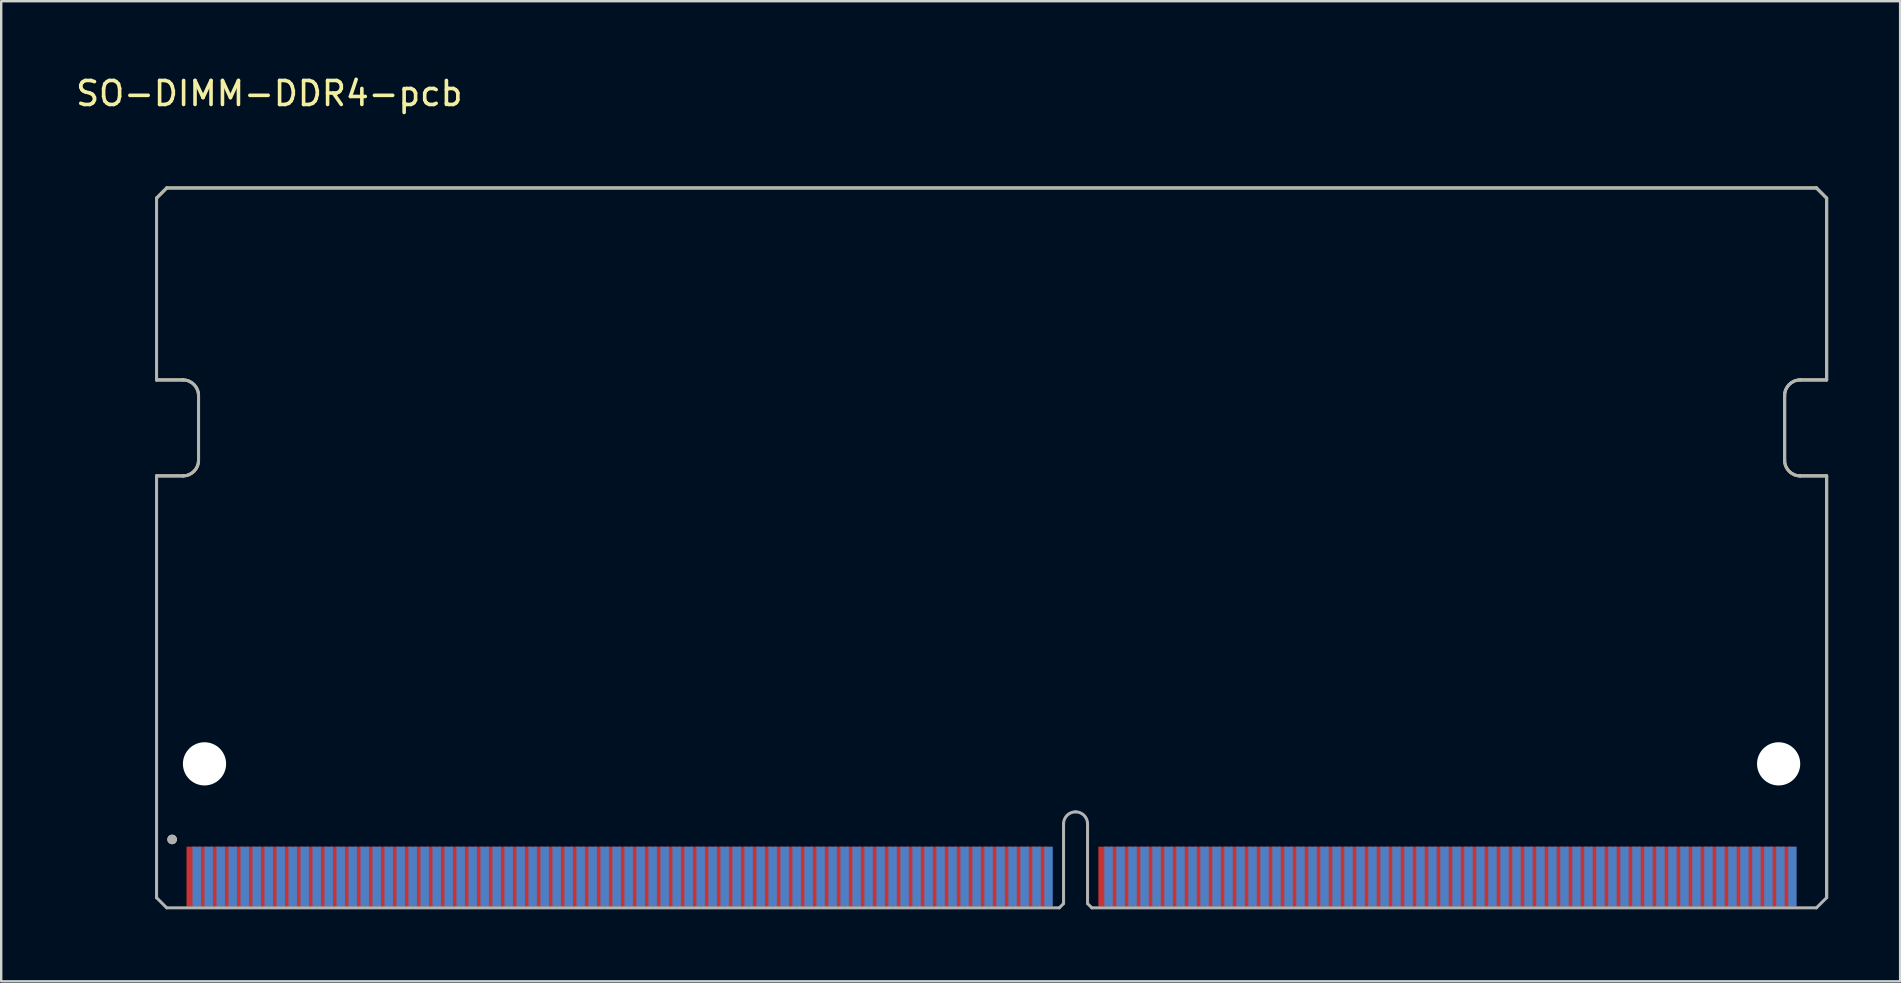
<source format=kicad_pcb>
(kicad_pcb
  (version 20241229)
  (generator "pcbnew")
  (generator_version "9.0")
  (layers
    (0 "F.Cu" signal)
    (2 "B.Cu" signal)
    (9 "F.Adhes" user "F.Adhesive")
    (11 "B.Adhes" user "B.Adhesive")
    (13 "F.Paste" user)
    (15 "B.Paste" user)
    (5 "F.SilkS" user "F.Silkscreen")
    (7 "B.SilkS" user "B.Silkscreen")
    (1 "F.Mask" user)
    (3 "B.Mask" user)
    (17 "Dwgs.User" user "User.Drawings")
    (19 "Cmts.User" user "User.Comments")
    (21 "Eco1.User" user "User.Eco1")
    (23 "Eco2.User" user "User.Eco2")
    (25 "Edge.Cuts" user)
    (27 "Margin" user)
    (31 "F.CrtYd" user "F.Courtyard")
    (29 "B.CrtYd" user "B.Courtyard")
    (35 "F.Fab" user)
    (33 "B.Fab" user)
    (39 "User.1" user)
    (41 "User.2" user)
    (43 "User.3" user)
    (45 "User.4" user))
  (footprint "SO-DIMM-DDR4-pcb"
    (layer "F.Cu")
    (at 38.273 19.783)
    (property "Reference" "SO-DIMM-DDR4-pcb" (at -30.1 -18.935 0) (layer "F.SilkS") (effects (font (size 1 1) (thickness 0.15))))
    (attr through_hole)
    (fp_poly (pts (xy -33.6 12.4) (xy -33.15 12.4) (xy -33.15 15) (xy -33.6 15)) (stroke (width 0.01) (type solid)) (fill yes) (layer "F.Mask"))
    (fp_poly (pts (xy -33.1 12.4) (xy -32.65 12.4) (xy -32.65 15) (xy -33.1 15)) (stroke (width 0.01) (type solid)) (fill yes) (layer "F.Mask"))
    (fp_poly (pts (xy -32.6 12.4) (xy -32.15 12.4) (xy -32.15 15) (xy -32.6 15)) (stroke (width 0.01) (type solid)) (fill yes) (layer "F.Mask"))
    (fp_poly (pts (xy -32.1 12.4) (xy -31.65 12.4) (xy -31.65 15) (xy -32.1 15)) (stroke (width 0.01) (type solid)) (fill yes) (layer "F.Mask"))
    (fp_poly (pts (xy -31.6 12.4) (xy -31.15 12.4) (xy -31.15 15) (xy -31.6 15)) (stroke (width 0.01) (type solid)) (fill yes) (layer "F.Mask"))
    (fp_poly (pts (xy -31.1 12.4) (xy -30.65 12.4) (xy -30.65 15) (xy -31.1 15)) (stroke (width 0.01) (type solid)) (fill yes) (layer "F.Mask"))
    (fp_poly (pts (xy -30.6 12.4) (xy -30.15 12.4) (xy -30.15 15) (xy -30.6 15)) (stroke (width 0.01) (type solid)) (fill yes) (layer "F.Mask"))
    (fp_poly (pts (xy -30.1 12.4) (xy -29.65 12.4) (xy -29.65 15) (xy -30.1 15)) (stroke (width 0.01) (type solid)) (fill yes) (layer "F.Mask"))
    (fp_poly (pts (xy -29.6 12.4) (xy -29.15 12.4) (xy -29.15 15) (xy -29.6 15)) (stroke (width 0.01) (type solid)) (fill yes) (layer "F.Mask"))
    (fp_poly (pts (xy -29.1 12.4) (xy -28.65 12.4) (xy -28.65 15) (xy -29.1 15)) (stroke (width 0.01) (type solid)) (fill yes) (layer "F.Mask"))
    (fp_poly (pts (xy -28.6 12.4) (xy -28.15 12.4) (xy -28.15 15) (xy -28.6 15)) (stroke (width 0.01) (type solid)) (fill yes) (layer "F.Mask"))
    (fp_poly (pts (xy -28.1 12.4) (xy -27.65 12.4) (xy -27.65 15) (xy -28.1 15)) (stroke (width 0.01) (type solid)) (fill yes) (layer "F.Mask"))
    (fp_poly (pts (xy -27.6 12.4) (xy -27.15 12.4) (xy -27.15 15) (xy -27.6 15)) (stroke (width 0.01) (type solid)) (fill yes) (layer "F.Mask"))
    (fp_poly (pts (xy -27.1 12.4) (xy -26.65 12.4) (xy -26.65 15) (xy -27.1 15)) (stroke (width 0.01) (type solid)) (fill yes) (layer "F.Mask"))
    (fp_poly (pts (xy -26.6 12.4) (xy -26.15 12.4) (xy -26.15 15) (xy -26.6 15)) (stroke (width 0.01) (type solid)) (fill yes) (layer "F.Mask"))
    (fp_poly (pts (xy -26.1 12.4) (xy -25.65 12.4) (xy -25.65 15) (xy -26.1 15)) (stroke (width 0.01) (type solid)) (fill yes) (layer "F.Mask"))
    (fp_poly (pts (xy -25.6 12.4) (xy -25.15 12.4) (xy -25.15 15) (xy -25.6 15)) (stroke (width 0.01) (type solid)) (fill yes) (layer "F.Mask"))
    (fp_poly (pts (xy -25.1 12.4) (xy -24.65 12.4) (xy -24.65 15) (xy -25.1 15)) (stroke (width 0.01) (type solid)) (fill yes) (layer "F.Mask"))
    (fp_poly (pts (xy -24.6 12.4) (xy -24.15 12.4) (xy -24.15 15) (xy -24.6 15)) (stroke (width 0.01) (type solid)) (fill yes) (layer "F.Mask"))
    (fp_poly (pts (xy -24.1 12.4) (xy -23.65 12.4) (xy -23.65 15) (xy -24.1 15)) (stroke (width 0.01) (type solid)) (fill yes) (layer "F.Mask"))
    (fp_poly (pts (xy -23.6 12.4) (xy -23.15 12.4) (xy -23.15 15) (xy -23.6 15)) (stroke (width 0.01) (type solid)) (fill yes) (layer "F.Mask"))
    (fp_poly (pts (xy -23.1 12.4) (xy -22.65 12.4) (xy -22.65 15) (xy -23.1 15)) (stroke (width 0.01) (type solid)) (fill yes) (layer "F.Mask"))
    (fp_poly (pts (xy -22.6 12.4) (xy -22.15 12.4) (xy -22.15 15) (xy -22.6 15)) (stroke (width 0.01) (type solid)) (fill yes) (layer "F.Mask"))
    (fp_poly (pts (xy -22.1 12.4) (xy -21.65 12.4) (xy -21.65 15) (xy -22.1 15)) (stroke (width 0.01) (type solid)) (fill yes) (layer "F.Mask"))
    (fp_poly (pts (xy -21.6 12.4) (xy -21.15 12.4) (xy -21.15 15) (xy -21.6 15)) (stroke (width 0.01) (type solid)) (fill yes) (layer "F.Mask"))
    (fp_poly (pts (xy -21.1 12.4) (xy -20.65 12.4) (xy -20.65 15) (xy -21.1 15)) (stroke (width 0.01) (type solid)) (fill yes) (layer "F.Mask"))
    (fp_poly (pts (xy -20.6 12.4) (xy -20.15 12.4) (xy -20.15 15) (xy -20.6 15)) (stroke (width 0.01) (type solid)) (fill yes) (layer "F.Mask"))
    (fp_poly (pts (xy -20.1 12.4) (xy -19.65 12.4) (xy -19.65 15) (xy -20.1 15)) (stroke (width 0.01) (type solid)) (fill yes) (layer "F.Mask"))
    (fp_poly (pts (xy -19.6 12.4) (xy -19.15 12.4) (xy -19.15 15) (xy -19.6 15)) (stroke (width 0.01) (type solid)) (fill yes) (layer "F.Mask"))
    (fp_poly (pts (xy -19.1 12.4) (xy -18.65 12.4) (xy -18.65 15) (xy -19.1 15)) (stroke (width 0.01) (type solid)) (fill yes) (layer "F.Mask"))
    (fp_poly (pts (xy -18.6 12.4) (xy -18.15 12.4) (xy -18.15 15) (xy -18.6 15)) (stroke (width 0.01) (type solid)) (fill yes) (layer "F.Mask"))
    (fp_poly (pts (xy -18.1 12.4) (xy -17.65 12.4) (xy -17.65 15) (xy -18.1 15)) (stroke (width 0.01) (type solid)) (fill yes) (layer "F.Mask"))
    (fp_poly (pts (xy -17.6 12.4) (xy -17.15 12.4) (xy -17.15 15) (xy -17.6 15)) (stroke (width 0.01) (type solid)) (fill yes) (layer "F.Mask"))
    (fp_poly (pts (xy -17.1 12.4) (xy -16.65 12.4) (xy -16.65 15) (xy -17.1 15)) (stroke (width 0.01) (type solid)) (fill yes) (layer "F.Mask"))
    (fp_poly (pts (xy -16.6 12.4) (xy -16.15 12.4) (xy -16.15 15) (xy -16.6 15)) (stroke (width 0.01) (type solid)) (fill yes) (layer "F.Mask"))
    (fp_poly (pts (xy -16.1 12.4) (xy -15.65 12.4) (xy -15.65 15) (xy -16.1 15)) (stroke (width 0.01) (type solid)) (fill yes) (layer "F.Mask"))
    (fp_poly (pts (xy -15.6 12.4) (xy -15.15 12.4) (xy -15.15 15) (xy -15.6 15)) (stroke (width 0.01) (type solid)) (fill yes) (layer "F.Mask"))
    (fp_poly (pts (xy -15.1 12.4) (xy -14.65 12.4) (xy -14.65 15) (xy -15.1 15)) (stroke (width 0.01) (type solid)) (fill yes) (layer "F.Mask"))
    (fp_poly (pts (xy -14.6 12.4) (xy -14.15 12.4) (xy -14.15 15) (xy -14.6 15)) (stroke (width 0.01) (type solid)) (fill yes) (layer "F.Mask"))
    (fp_poly (pts (xy -14.1 12.4) (xy -13.65 12.4) (xy -13.65 15) (xy -14.1 15)) (stroke (width 0.01) (type solid)) (fill yes) (layer "F.Mask"))
    (fp_poly (pts (xy -13.6 12.4) (xy -13.15 12.4) (xy -13.15 15) (xy -13.6 15)) (stroke (width 0.01) (type solid)) (fill yes) (layer "F.Mask"))
    (fp_poly (pts (xy -13.1 12.4) (xy -12.65 12.4) (xy -12.65 15) (xy -13.1 15)) (stroke (width 0.01) (type solid)) (fill yes) (layer "F.Mask"))
    (fp_poly (pts (xy -12.6 12.4) (xy -12.15 12.4) (xy -12.15 15) (xy -12.6 15)) (stroke (width 0.01) (type solid)) (fill yes) (layer "F.Mask"))
    (fp_poly (pts (xy -12.1 12.4) (xy -11.65 12.4) (xy -11.65 15) (xy -12.1 15)) (stroke (width 0.01) (type solid)) (fill yes) (layer "F.Mask"))
    (fp_poly (pts (xy -11.6 12.4) (xy -11.15 12.4) (xy -11.15 15) (xy -11.6 15)) (stroke (width 0.01) (type solid)) (fill yes) (layer "F.Mask"))
    (fp_poly (pts (xy -11.1 12.4) (xy -10.65 12.4) (xy -10.65 15) (xy -11.1 15)) (stroke (width 0.01) (type solid)) (fill yes) (layer "F.Mask"))
    (fp_poly (pts (xy -10.6 12.4) (xy -10.15 12.4) (xy -10.15 15) (xy -10.6 15)) (stroke (width 0.01) (type solid)) (fill yes) (layer "F.Mask"))
    (fp_poly (pts (xy -10.1 12.4) (xy -9.65 12.4) (xy -9.65 15) (xy -10.1 15)) (stroke (width 0.01) (type solid)) (fill yes) (layer "F.Mask"))
    (fp_poly (pts (xy -9.6 12.4) (xy -9.15 12.4) (xy -9.15 15) (xy -9.6 15)) (stroke (width 0.01) (type solid)) (fill yes) (layer "F.Mask"))
    (fp_poly (pts (xy -9.1 12.4) (xy -8.65 12.4) (xy -8.65 15) (xy -9.1 15)) (stroke (width 0.01) (type solid)) (fill yes) (layer "F.Mask"))
    (fp_poly (pts (xy -8.6 12.4) (xy -8.15 12.4) (xy -8.15 15) (xy -8.6 15)) (stroke (width 0.01) (type solid)) (fill yes) (layer "F.Mask"))
    (fp_poly (pts (xy -8.1 12.4) (xy -7.65 12.4) (xy -7.65 15) (xy -8.1 15)) (stroke (width 0.01) (type solid)) (fill yes) (layer "F.Mask"))
    (fp_poly (pts (xy -7.6 12.4) (xy -7.15 12.4) (xy -7.15 15) (xy -7.6 15)) (stroke (width 0.01) (type solid)) (fill yes) (layer "F.Mask"))
    (fp_poly (pts (xy -7.1 12.4) (xy -6.65 12.4) (xy -6.65 15) (xy -7.1 15)) (stroke (width 0.01) (type solid)) (fill yes) (layer "F.Mask"))
    (fp_poly (pts (xy -6.6 12.4) (xy -6.15 12.4) (xy -6.15 15) (xy -6.6 15)) (stroke (width 0.01) (type solid)) (fill yes) (layer "F.Mask"))
    (fp_poly (pts (xy -6.1 12.4) (xy -5.65 12.4) (xy -5.65 15) (xy -6.1 15)) (stroke (width 0.01) (type solid)) (fill yes) (layer "F.Mask"))
    (fp_poly (pts (xy -5.6 12.4) (xy -5.15 12.4) (xy -5.15 15) (xy -5.6 15)) (stroke (width 0.01) (type solid)) (fill yes) (layer "F.Mask"))
    (fp_poly (pts (xy -5.1 12.4) (xy -4.65 12.4) (xy -4.65 15) (xy -5.1 15)) (stroke (width 0.01) (type solid)) (fill yes) (layer "F.Mask"))
    (fp_poly (pts (xy -4.6 12.4) (xy -4.15 12.4) (xy -4.15 15) (xy -4.6 15)) (stroke (width 0.01) (type solid)) (fill yes) (layer "F.Mask"))
    (fp_poly (pts (xy -4.1 12.4) (xy -3.65 12.4) (xy -3.65 15) (xy -4.1 15)) (stroke (width 0.01) (type solid)) (fill yes) (layer "F.Mask"))
    (fp_poly (pts (xy -3.6 12.4) (xy -3.15 12.4) (xy -3.15 15) (xy -3.6 15)) (stroke (width 0.01) (type solid)) (fill yes) (layer "F.Mask"))
    (fp_poly (pts (xy -3.1 12.4) (xy -2.65 12.4) (xy -2.65 15) (xy -3.1 15)) (stroke (width 0.01) (type solid)) (fill yes) (layer "F.Mask"))
    (fp_poly (pts (xy -2.6 12.4) (xy -2.15 12.4) (xy -2.15 15) (xy -2.6 15)) (stroke (width 0.01) (type solid)) (fill yes) (layer "F.Mask"))
    (fp_poly (pts (xy -2.1 12.4) (xy -1.65 12.4) (xy -1.65 15) (xy -2.1 15)) (stroke (width 0.01) (type solid)) (fill yes) (layer "F.Mask"))
    (fp_poly (pts (xy -1.6 12.4) (xy -1.15 12.4) (xy -1.15 15) (xy -1.6 15)) (stroke (width 0.01) (type solid)) (fill yes) (layer "F.Mask"))
    (fp_poly (pts (xy -1.1 12.4) (xy -0.65 12.4) (xy -0.65 15) (xy -1.1 15)) (stroke (width 0.01) (type solid)) (fill yes) (layer "F.Mask"))
    (fp_poly (pts (xy -0.6 12.4) (xy -0.15 12.4) (xy -0.15 15) (xy -0.6 15)) (stroke (width 0.01) (type solid)) (fill yes) (layer "F.Mask"))
    (fp_poly (pts (xy -0.1 12.4) (xy 0.35 12.4) (xy 0.35 15) (xy -0.1 15)) (stroke (width 0.01) (type solid)) (fill yes) (layer "F.Mask"))
    (fp_poly (pts (xy 0.4 12.4) (xy 0.85 12.4) (xy 0.85 15) (xy 0.4 15)) (stroke (width 0.01) (type solid)) (fill yes) (layer "F.Mask"))
    (fp_poly (pts (xy 0.9 12.4) (xy 1.35 12.4) (xy 1.35 15) (xy 0.9 15)) (stroke (width 0.01) (type solid)) (fill yes) (layer "F.Mask"))
    (fp_poly (pts (xy 1.4 12.4) (xy 1.85 12.4) (xy 1.85 15) (xy 1.4 15)) (stroke (width 0.01) (type solid)) (fill yes) (layer "F.Mask"))
    (fp_poly (pts (xy 1.9 12.4) (xy 2.35 12.4) (xy 2.35 15) (xy 1.9 15)) (stroke (width 0.01) (type solid)) (fill yes) (layer "F.Mask"))
    (fp_poly (pts (xy 4.4 12.4) (xy 4.85 12.4) (xy 4.85 15) (xy 4.4 15)) (stroke (width 0.01) (type solid)) (fill yes) (layer "F.Mask"))
    (fp_poly (pts (xy 4.9 12.4) (xy 5.35 12.4) (xy 5.35 15) (xy 4.9 15)) (stroke (width 0.01) (type solid)) (fill yes) (layer "F.Mask"))
    (fp_poly (pts (xy 5.4 12.4) (xy 5.85 12.4) (xy 5.85 15) (xy 5.4 15)) (stroke (width 0.01) (type solid)) (fill yes) (layer "F.Mask"))
    (fp_poly (pts (xy 5.9 12.4) (xy 6.35 12.4) (xy 6.35 15) (xy 5.9 15)) (stroke (width 0.01) (type solid)) (fill yes) (layer "F.Mask"))
    (fp_poly (pts (xy 6.4 12.4) (xy 6.85 12.4) (xy 6.85 15) (xy 6.4 15)) (stroke (width 0.01) (type solid)) (fill yes) (layer "F.Mask"))
    (fp_poly (pts (xy 6.9 12.4) (xy 7.35 12.4) (xy 7.35 15) (xy 6.9 15)) (stroke (width 0.01) (type solid)) (fill yes) (layer "F.Mask"))
    (fp_poly (pts (xy 7.4 12.4) (xy 7.85 12.4) (xy 7.85 15) (xy 7.4 15)) (stroke (width 0.01) (type solid)) (fill yes) (layer "F.Mask"))
    (fp_poly (pts (xy 7.9 12.4) (xy 8.35 12.4) (xy 8.35 15) (xy 7.9 15)) (stroke (width 0.01) (type solid)) (fill yes) (layer "F.Mask"))
    (fp_poly (pts (xy 8.4 12.4) (xy 8.85 12.4) (xy 8.85 15) (xy 8.4 15)) (stroke (width 0.01) (type solid)) (fill yes) (layer "F.Mask"))
    (fp_poly (pts (xy 8.9 12.4) (xy 9.35 12.4) (xy 9.35 15) (xy 8.9 15)) (stroke (width 0.01) (type solid)) (fill yes) (layer "F.Mask"))
    (fp_poly (pts (xy 9.4 12.4) (xy 9.85 12.4) (xy 9.85 15) (xy 9.4 15)) (stroke (width 0.01) (type solid)) (fill yes) (layer "F.Mask"))
    (fp_poly (pts (xy 9.9 12.4) (xy 10.35 12.4) (xy 10.35 15) (xy 9.9 15)) (stroke (width 0.01) (type solid)) (fill yes) (layer "F.Mask"))
    (fp_poly (pts (xy 10.4 12.4) (xy 10.85 12.4) (xy 10.85 15) (xy 10.4 15)) (stroke (width 0.01) (type solid)) (fill yes) (layer "F.Mask"))
    (fp_poly (pts (xy 10.9 12.4) (xy 11.35 12.4) (xy 11.35 15) (xy 10.9 15)) (stroke (width 0.01) (type solid)) (fill yes) (layer "F.Mask"))
    (fp_poly (pts (xy 11.4 12.4) (xy 11.85 12.4) (xy 11.85 15) (xy 11.4 15)) (stroke (width 0.01) (type solid)) (fill yes) (layer "F.Mask"))
    (fp_poly (pts (xy 11.9 12.4) (xy 12.35 12.4) (xy 12.35 15) (xy 11.9 15)) (stroke (width 0.01) (type solid)) (fill yes) (layer "F.Mask"))
    (fp_poly (pts (xy 12.4 12.4) (xy 12.85 12.4) (xy 12.85 15) (xy 12.4 15)) (stroke (width 0.01) (type solid)) (fill yes) (layer "F.Mask"))
    (fp_poly (pts (xy 12.9 12.4) (xy 13.35 12.4) (xy 13.35 15) (xy 12.9 15)) (stroke (width 0.01) (type solid)) (fill yes) (layer "F.Mask"))
    (fp_poly (pts (xy 13.4 12.4) (xy 13.85 12.4) (xy 13.85 15) (xy 13.4 15)) (stroke (width 0.01) (type solid)) (fill yes) (layer "F.Mask"))
    (fp_poly (pts (xy 13.9 12.4) (xy 14.35 12.4) (xy 14.35 15) (xy 13.9 15)) (stroke (width 0.01) (type solid)) (fill yes) (layer "F.Mask"))
    (fp_poly (pts (xy 14.4 12.4) (xy 14.85 12.4) (xy 14.85 15) (xy 14.4 15)) (stroke (width 0.01) (type solid)) (fill yes) (layer "F.Mask"))
    (fp_poly (pts (xy 14.9 12.4) (xy 15.35 12.4) (xy 15.35 15) (xy 14.9 15)) (stroke (width 0.01) (type solid)) (fill yes) (layer "F.Mask"))
    (fp_poly (pts (xy 15.4 12.4) (xy 15.85 12.4) (xy 15.85 15) (xy 15.4 15)) (stroke (width 0.01) (type solid)) (fill yes) (layer "F.Mask"))
    (fp_poly (pts (xy 15.9 12.4) (xy 16.35 12.4) (xy 16.35 15) (xy 15.9 15)) (stroke (width 0.01) (type solid)) (fill yes) (layer "F.Mask"))
    (fp_poly (pts (xy 16.4 12.4) (xy 16.85 12.4) (xy 16.85 15) (xy 16.4 15)) (stroke (width 0.01) (type solid)) (fill yes) (layer "F.Mask"))
    (fp_poly (pts (xy 16.9 12.4) (xy 17.35 12.4) (xy 17.35 15) (xy 16.9 15)) (stroke (width 0.01) (type solid)) (fill yes) (layer "F.Mask"))
    (fp_poly (pts (xy 17.4 12.4) (xy 17.85 12.4) (xy 17.85 15) (xy 17.4 15)) (stroke (width 0.01) (type solid)) (fill yes) (layer "F.Mask"))
    (fp_poly (pts (xy 17.9 12.4) (xy 18.35 12.4) (xy 18.35 15) (xy 17.9 15)) (stroke (width 0.01) (type solid)) (fill yes) (layer "F.Mask"))
    (fp_poly (pts (xy 18.4 12.4) (xy 18.85 12.4) (xy 18.85 15) (xy 18.4 15)) (stroke (width 0.01) (type solid)) (fill yes) (layer "F.Mask"))
    (fp_poly (pts (xy 18.9 12.4) (xy 19.35 12.4) (xy 19.35 15) (xy 18.9 15)) (stroke (width 0.01) (type solid)) (fill yes) (layer "F.Mask"))
    (fp_poly (pts (xy 19.4 12.4) (xy 19.85 12.4) (xy 19.85 15) (xy 19.4 15)) (stroke (width 0.01) (type solid)) (fill yes) (layer "F.Mask"))
    (fp_poly (pts (xy 19.9 12.4) (xy 20.35 12.4) (xy 20.35 15) (xy 19.9 15)) (stroke (width 0.01) (type solid)) (fill yes) (layer "F.Mask"))
    (fp_poly (pts (xy 20.4 12.4) (xy 20.85 12.4) (xy 20.85 15) (xy 20.4 15)) (stroke (width 0.01) (type solid)) (fill yes) (layer "F.Mask"))
    (fp_poly (pts (xy 20.9 12.4) (xy 21.35 12.4) (xy 21.35 15) (xy 20.9 15)) (stroke (width 0.01) (type solid)) (fill yes) (layer "F.Mask"))
    (fp_poly (pts (xy 21.4 12.4) (xy 21.85 12.4) (xy 21.85 15) (xy 21.4 15)) (stroke (width 0.01) (type solid)) (fill yes) (layer "F.Mask"))
    (fp_poly (pts (xy 21.9 12.4) (xy 22.35 12.4) (xy 22.35 15) (xy 21.9 15)) (stroke (width 0.01) (type solid)) (fill yes) (layer "F.Mask"))
    (fp_poly (pts (xy 22.4 12.4) (xy 22.85 12.4) (xy 22.85 15) (xy 22.4 15)) (stroke (width 0.01) (type solid)) (fill yes) (layer "F.Mask"))
    (fp_poly (pts (xy 22.9 12.4) (xy 23.35 12.4) (xy 23.35 15) (xy 22.9 15)) (stroke (width 0.01) (type solid)) (fill yes) (layer "F.Mask"))
    (fp_poly (pts (xy 23.4 12.4) (xy 23.85 12.4) (xy 23.85 15) (xy 23.4 15)) (stroke (width 0.01) (type solid)) (fill yes) (layer "F.Mask"))
    (fp_poly (pts (xy 23.9 12.4) (xy 24.35 12.4) (xy 24.35 15) (xy 23.9 15)) (stroke (width 0.01) (type solid)) (fill yes) (layer "F.Mask"))
    (fp_poly (pts (xy 24.4 12.4) (xy 24.85 12.4) (xy 24.85 15) (xy 24.4 15)) (stroke (width 0.01) (type solid)) (fill yes) (layer "F.Mask"))
    (fp_poly (pts (xy 24.9 12.4) (xy 25.35 12.4) (xy 25.35 15) (xy 24.9 15)) (stroke (width 0.01) (type solid)) (fill yes) (layer "F.Mask"))
    (fp_poly (pts (xy 25.4 12.4) (xy 25.85 12.4) (xy 25.85 15) (xy 25.4 15)) (stroke (width 0.01) (type solid)) (fill yes) (layer "F.Mask"))
    (fp_poly (pts (xy 25.9 12.4) (xy 26.35 12.4) (xy 26.35 15) (xy 25.9 15)) (stroke (width 0.01) (type solid)) (fill yes) (layer "F.Mask"))
    (fp_poly (pts (xy 26.4 12.4) (xy 26.85 12.4) (xy 26.85 15) (xy 26.4 15)) (stroke (width 0.01) (type solid)) (fill yes) (layer "F.Mask"))
    (fp_poly (pts (xy 26.9 12.4) (xy 27.35 12.4) (xy 27.35 15) (xy 26.9 15)) (stroke (width 0.01) (type solid)) (fill yes) (layer "F.Mask"))
    (fp_poly (pts (xy 27.4 12.4) (xy 27.85 12.4) (xy 27.85 15) (xy 27.4 15)) (stroke (width 0.01) (type solid)) (fill yes) (layer "F.Mask"))
    (fp_poly (pts (xy 27.9 12.4) (xy 28.35 12.4) (xy 28.35 15) (xy 27.9 15)) (stroke (width 0.01) (type solid)) (fill yes) (layer "F.Mask"))
    (fp_poly (pts (xy 28.4 12.4) (xy 28.85 12.4) (xy 28.85 15) (xy 28.4 15)) (stroke (width 0.01) (type solid)) (fill yes) (layer "F.Mask"))
    (fp_poly (pts (xy 28.9 12.4) (xy 29.35 12.4) (xy 29.35 15) (xy 28.9 15)) (stroke (width 0.01) (type solid)) (fill yes) (layer "F.Mask"))
    (fp_poly (pts (xy 29.4 12.4) (xy 29.85 12.4) (xy 29.85 15) (xy 29.4 15)) (stroke (width 0.01) (type solid)) (fill yes) (layer "F.Mask"))
    (fp_poly (pts (xy 29.9 12.4) (xy 30.35 12.4) (xy 30.35 15) (xy 29.9 15)) (stroke (width 0.01) (type solid)) (fill yes) (layer "F.Mask"))
    (fp_poly (pts (xy 30.4 12.4) (xy 30.85 12.4) (xy 30.85 15) (xy 30.4 15)) (stroke (width 0.01) (type solid)) (fill yes) (layer "F.Mask"))
    (fp_poly (pts (xy 30.9 12.4) (xy 31.35 12.4) (xy 31.35 15) (xy 30.9 15)) (stroke (width 0.01) (type solid)) (fill yes) (layer "F.Mask"))
    (fp_poly (pts (xy 31.4 12.4) (xy 31.85 12.4) (xy 31.85 15) (xy 31.4 15)) (stroke (width 0.01) (type solid)) (fill yes) (layer "F.Mask"))
    (fp_poly (pts (xy 31.9 12.4) (xy 32.35 12.4) (xy 32.35 15) (xy 31.9 15)) (stroke (width 0.01) (type solid)) (fill yes) (layer "F.Mask"))
    (fp_poly (pts (xy 32.4 12.4) (xy 32.85 12.4) (xy 32.85 15) (xy 32.4 15)) (stroke (width 0.01) (type solid)) (fill yes) (layer "F.Mask"))
    (fp_poly (pts (xy 32.9 12.4) (xy 33.35 12.4) (xy 33.35 15) (xy 32.9 15)) (stroke (width 0.01) (type solid)) (fill yes) (layer "F.Mask"))
    (fp_poly (pts (xy -33.35 12.4) (xy -32.9 12.4) (xy -32.9 15) (xy -33.35 15)) (stroke (width 0.01) (type solid)) (fill yes) (layer "B.Mask"))
    (fp_poly (pts (xy -32.85 12.4) (xy -32.4 12.4) (xy -32.4 15) (xy -32.85 15)) (stroke (width 0.01) (type solid)) (fill yes) (layer "B.Mask"))
    (fp_poly (pts (xy -32.35 12.4) (xy -31.9 12.4) (xy -31.9 15) (xy -32.35 15)) (stroke (width 0.01) (type solid)) (fill yes) (layer "B.Mask"))
    (fp_poly (pts (xy -31.85 12.4) (xy -31.4 12.4) (xy -31.4 15) (xy -31.85 15)) (stroke (width 0.01) (type solid)) (fill yes) (layer "B.Mask"))
    (fp_poly (pts (xy -31.35 12.4) (xy -30.9 12.4) (xy -30.9 15) (xy -31.35 15)) (stroke (width 0.01) (type solid)) (fill yes) (layer "B.Mask"))
    (fp_poly (pts (xy -30.85 12.4) (xy -30.4 12.4) (xy -30.4 15) (xy -30.85 15)) (stroke (width 0.01) (type solid)) (fill yes) (layer "B.Mask"))
    (fp_poly (pts (xy -30.35 12.4) (xy -29.9 12.4) (xy -29.9 15) (xy -30.35 15)) (stroke (width 0.01) (type solid)) (fill yes) (layer "B.Mask"))
    (fp_poly (pts (xy -29.85 12.4) (xy -29.4 12.4) (xy -29.4 15) (xy -29.85 15)) (stroke (width 0.01) (type solid)) (fill yes) (layer "B.Mask"))
    (fp_poly (pts (xy -29.35 12.4) (xy -28.9 12.4) (xy -28.9 15) (xy -29.35 15)) (stroke (width 0.01) (type solid)) (fill yes) (layer "B.Mask"))
    (fp_poly (pts (xy -28.85 12.4) (xy -28.4 12.4) (xy -28.4 15) (xy -28.85 15)) (stroke (width 0.01) (type solid)) (fill yes) (layer "B.Mask"))
    (fp_poly (pts (xy -28.35 12.4) (xy -27.9 12.4) (xy -27.9 15) (xy -28.35 15)) (stroke (width 0.01) (type solid)) (fill yes) (layer "B.Mask"))
    (fp_poly (pts (xy -27.85 12.4) (xy -27.4 12.4) (xy -27.4 15) (xy -27.85 15)) (stroke (width 0.01) (type solid)) (fill yes) (layer "B.Mask"))
    (fp_poly (pts (xy -27.35 12.4) (xy -26.9 12.4) (xy -26.9 15) (xy -27.35 15)) (stroke (width 0.01) (type solid)) (fill yes) (layer "B.Mask"))
    (fp_poly (pts (xy -26.85 12.4) (xy -26.4 12.4) (xy -26.4 15) (xy -26.85 15)) (stroke (width 0.01) (type solid)) (fill yes) (layer "B.Mask"))
    (fp_poly (pts (xy -26.35 12.4) (xy -25.9 12.4) (xy -25.9 15) (xy -26.35 15)) (stroke (width 0.01) (type solid)) (fill yes) (layer "B.Mask"))
    (fp_poly (pts (xy -25.85 12.4) (xy -25.4 12.4) (xy -25.4 15) (xy -25.85 15)) (stroke (width 0.01) (type solid)) (fill yes) (layer "B.Mask"))
    (fp_poly (pts (xy -25.35 12.4) (xy -24.9 12.4) (xy -24.9 15) (xy -25.35 15)) (stroke (width 0.01) (type solid)) (fill yes) (layer "B.Mask"))
    (fp_poly (pts (xy -24.85 12.4) (xy -24.4 12.4) (xy -24.4 15) (xy -24.85 15)) (stroke (width 0.01) (type solid)) (fill yes) (layer "B.Mask"))
    (fp_poly (pts (xy -24.35 12.4) (xy -23.9 12.4) (xy -23.9 15) (xy -24.35 15)) (stroke (width 0.01) (type solid)) (fill yes) (layer "B.Mask"))
    (fp_poly (pts (xy -23.85 12.4) (xy -23.4 12.4) (xy -23.4 15) (xy -23.85 15)) (stroke (width 0.01) (type solid)) (fill yes) (layer "B.Mask"))
    (fp_poly (pts (xy -23.35 12.4) (xy -22.9 12.4) (xy -22.9 15) (xy -23.35 15)) (stroke (width 0.01) (type solid)) (fill yes) (layer "B.Mask"))
    (fp_poly (pts (xy -22.85 12.4) (xy -22.4 12.4) (xy -22.4 15) (xy -22.85 15)) (stroke (width 0.01) (type solid)) (fill yes) (layer "B.Mask"))
    (fp_poly (pts (xy -22.35 12.4) (xy -21.9 12.4) (xy -21.9 15) (xy -22.35 15)) (stroke (width 0.01) (type solid)) (fill yes) (layer "B.Mask"))
    (fp_poly (pts (xy -21.85 12.4) (xy -21.4 12.4) (xy -21.4 15) (xy -21.85 15)) (stroke (width 0.01) (type solid)) (fill yes) (layer "B.Mask"))
    (fp_poly (pts (xy -21.35 12.4) (xy -20.9 12.4) (xy -20.9 15) (xy -21.35 15)) (stroke (width 0.01) (type solid)) (fill yes) (layer "B.Mask"))
    (fp_poly (pts (xy -20.85 12.4) (xy -20.4 12.4) (xy -20.4 15) (xy -20.85 15)) (stroke (width 0.01) (type solid)) (fill yes) (layer "B.Mask"))
    (fp_poly (pts (xy -20.35 12.4) (xy -19.9 12.4) (xy -19.9 15) (xy -20.35 15)) (stroke (width 0.01) (type solid)) (fill yes) (layer "B.Mask"))
    (fp_poly (pts (xy -19.85 12.4) (xy -19.4 12.4) (xy -19.4 15) (xy -19.85 15)) (stroke (width 0.01) (type solid)) (fill yes) (layer "B.Mask"))
    (fp_poly (pts (xy -19.35 12.4) (xy -18.9 12.4) (xy -18.9 15) (xy -19.35 15)) (stroke (width 0.01) (type solid)) (fill yes) (layer "B.Mask"))
    (fp_poly (pts (xy -18.85 12.4) (xy -18.4 12.4) (xy -18.4 15) (xy -18.85 15)) (stroke (width 0.01) (type solid)) (fill yes) (layer "B.Mask"))
    (fp_poly (pts (xy -18.35 12.4) (xy -17.9 12.4) (xy -17.9 15) (xy -18.35 15)) (stroke (width 0.01) (type solid)) (fill yes) (layer "B.Mask"))
    (fp_poly (pts (xy -17.85 12.4) (xy -17.4 12.4) (xy -17.4 15) (xy -17.85 15)) (stroke (width 0.01) (type solid)) (fill yes) (layer "B.Mask"))
    (fp_poly (pts (xy -17.35 12.4) (xy -16.9 12.4) (xy -16.9 15) (xy -17.35 15)) (stroke (width 0.01) (type solid)) (fill yes) (layer "B.Mask"))
    (fp_poly (pts (xy -16.85 12.4) (xy -16.4 12.4) (xy -16.4 15) (xy -16.85 15)) (stroke (width 0.01) (type solid)) (fill yes) (layer "B.Mask"))
    (fp_poly (pts (xy -16.35 12.4) (xy -15.9 12.4) (xy -15.9 15) (xy -16.35 15)) (stroke (width 0.01) (type solid)) (fill yes) (layer "B.Mask"))
    (fp_poly (pts (xy -15.85 12.4) (xy -15.4 12.4) (xy -15.4 15) (xy -15.85 15)) (stroke (width 0.01) (type solid)) (fill yes) (layer "B.Mask"))
    (fp_poly (pts (xy -15.35 12.4) (xy -14.9 12.4) (xy -14.9 15) (xy -15.35 15)) (stroke (width 0.01) (type solid)) (fill yes) (layer "B.Mask"))
    (fp_poly (pts (xy -14.85 12.4) (xy -14.4 12.4) (xy -14.4 15) (xy -14.85 15)) (stroke (width 0.01) (type solid)) (fill yes) (layer "B.Mask"))
    (fp_poly (pts (xy -14.35 12.4) (xy -13.9 12.4) (xy -13.9 15) (xy -14.35 15)) (stroke (width 0.01) (type solid)) (fill yes) (layer "B.Mask"))
    (fp_poly (pts (xy -13.85 12.4) (xy -13.4 12.4) (xy -13.4 15) (xy -13.85 15)) (stroke (width 0.01) (type solid)) (fill yes) (layer "B.Mask"))
    (fp_poly (pts (xy -13.35 12.4) (xy -12.9 12.4) (xy -12.9 15) (xy -13.35 15)) (stroke (width 0.01) (type solid)) (fill yes) (layer "B.Mask"))
    (fp_poly (pts (xy -12.85 12.4) (xy -12.4 12.4) (xy -12.4 15) (xy -12.85 15)) (stroke (width 0.01) (type solid)) (fill yes) (layer "B.Mask"))
    (fp_poly (pts (xy -12.35 12.4) (xy -11.9 12.4) (xy -11.9 15) (xy -12.35 15)) (stroke (width 0.01) (type solid)) (fill yes) (layer "B.Mask"))
    (fp_poly (pts (xy -11.85 12.4) (xy -11.4 12.4) (xy -11.4 15) (xy -11.85 15)) (stroke (width 0.01) (type solid)) (fill yes) (layer "B.Mask"))
    (fp_poly (pts (xy -11.35 12.4) (xy -10.9 12.4) (xy -10.9 15) (xy -11.35 15)) (stroke (width 0.01) (type solid)) (fill yes) (layer "B.Mask"))
    (fp_poly (pts (xy -10.85 12.4) (xy -10.4 12.4) (xy -10.4 15) (xy -10.85 15)) (stroke (width 0.01) (type solid)) (fill yes) (layer "B.Mask"))
    (fp_poly (pts (xy -10.35 12.4) (xy -9.9 12.4) (xy -9.9 15) (xy -10.35 15)) (stroke (width 0.01) (type solid)) (fill yes) (layer "B.Mask"))
    (fp_poly (pts (xy -9.85 12.4) (xy -9.4 12.4) (xy -9.4 15) (xy -9.85 15)) (stroke (width 0.01) (type solid)) (fill yes) (layer "B.Mask"))
    (fp_poly (pts (xy -9.35 12.4) (xy -8.9 12.4) (xy -8.9 15) (xy -9.35 15)) (stroke (width 0.01) (type solid)) (fill yes) (layer "B.Mask"))
    (fp_poly (pts (xy -8.85 12.4) (xy -8.4 12.4) (xy -8.4 15) (xy -8.85 15)) (stroke (width 0.01) (type solid)) (fill yes) (layer "B.Mask"))
    (fp_poly (pts (xy -8.35 12.4) (xy -7.9 12.4) (xy -7.9 15) (xy -8.35 15)) (stroke (width 0.01) (type solid)) (fill yes) (layer "B.Mask"))
    (fp_poly (pts (xy -7.85 12.4) (xy -7.4 12.4) (xy -7.4 15) (xy -7.85 15)) (stroke (width 0.01) (type solid)) (fill yes) (layer "B.Mask"))
    (fp_poly (pts (xy -7.35 12.4) (xy -6.9 12.4) (xy -6.9 15) (xy -7.35 15)) (stroke (width 0.01) (type solid)) (fill yes) (layer "B.Mask"))
    (fp_poly (pts (xy -6.85 12.4) (xy -6.4 12.4) (xy -6.4 15) (xy -6.85 15)) (stroke (width 0.01) (type solid)) (fill yes) (layer "B.Mask"))
    (fp_poly (pts (xy -6.35 12.4) (xy -5.9 12.4) (xy -5.9 15) (xy -6.35 15)) (stroke (width 0.01) (type solid)) (fill yes) (layer "B.Mask"))
    (fp_poly (pts (xy -5.85 12.4) (xy -5.4 12.4) (xy -5.4 15) (xy -5.85 15)) (stroke (width 0.01) (type solid)) (fill yes) (layer "B.Mask"))
    (fp_poly (pts (xy -5.35 12.4) (xy -4.9 12.4) (xy -4.9 15) (xy -5.35 15)) (stroke (width 0.01) (type solid)) (fill yes) (layer "B.Mask"))
    (fp_poly (pts (xy -4.85 12.4) (xy -4.4 12.4) (xy -4.4 15) (xy -4.85 15)) (stroke (width 0.01) (type solid)) (fill yes) (layer "B.Mask"))
    (fp_poly (pts (xy -4.35 12.4) (xy -3.9 12.4) (xy -3.9 15) (xy -4.35 15)) (stroke (width 0.01) (type solid)) (fill yes) (layer "B.Mask"))
    (fp_poly (pts (xy -3.85 12.4) (xy -3.4 12.4) (xy -3.4 15) (xy -3.85 15)) (stroke (width 0.01) (type solid)) (fill yes) (layer "B.Mask"))
    (fp_poly (pts (xy -3.35 12.4) (xy -2.9 12.4) (xy -2.9 15) (xy -3.35 15)) (stroke (width 0.01) (type solid)) (fill yes) (layer "B.Mask"))
    (fp_poly (pts (xy -2.85 12.4) (xy -2.4 12.4) (xy -2.4 15) (xy -2.85 15)) (stroke (width 0.01) (type solid)) (fill yes) (layer "B.Mask"))
    (fp_poly (pts (xy -2.35 12.4) (xy -1.9 12.4) (xy -1.9 15) (xy -2.35 15)) (stroke (width 0.01) (type solid)) (fill yes) (layer "B.Mask"))
    (fp_poly (pts (xy -1.85 12.4) (xy -1.4 12.4) (xy -1.4 15) (xy -1.85 15)) (stroke (width 0.01) (type solid)) (fill yes) (layer "B.Mask"))
    (fp_poly (pts (xy -1.35 12.4) (xy -0.9 12.4) (xy -0.9 15) (xy -1.35 15)) (stroke (width 0.01) (type solid)) (fill yes) (layer "B.Mask"))
    (fp_poly (pts (xy -0.85 12.4) (xy -0.4 12.4) (xy -0.4 15) (xy -0.85 15)) (stroke (width 0.01) (type solid)) (fill yes) (layer "B.Mask"))
    (fp_poly (pts (xy -0.35 12.4) (xy 0.1 12.4) (xy 0.1 15) (xy -0.35 15)) (stroke (width 0.01) (type solid)) (fill yes) (layer "B.Mask"))
    (fp_poly (pts (xy 0.15 12.4) (xy 0.6 12.4) (xy 0.6 15) (xy 0.15 15)) (stroke (width 0.01) (type solid)) (fill yes) (layer "B.Mask"))
    (fp_poly (pts (xy 0.65 12.4) (xy 1.1 12.4) (xy 1.1 15) (xy 0.65 15)) (stroke (width 0.01) (type solid)) (fill yes) (layer "B.Mask"))
    (fp_poly (pts (xy 1.15 12.4) (xy 1.6 12.4) (xy 1.6 15) (xy 1.15 15)) (stroke (width 0.01) (type solid)) (fill yes) (layer "B.Mask"))
    (fp_poly (pts (xy 1.65 12.4) (xy 2.1 12.4) (xy 2.1 15) (xy 1.65 15)) (stroke (width 0.01) (type solid)) (fill yes) (layer "B.Mask"))
    (fp_poly (pts (xy 2.15 12.4) (xy 2.6 12.4) (xy 2.6 15) (xy 2.15 15)) (stroke (width 0.01) (type solid)) (fill yes) (layer "B.Mask"))
    (fp_poly (pts (xy 4.65 12.4) (xy 5.1 12.4) (xy 5.1 15) (xy 4.65 15)) (stroke (width 0.01) (type solid)) (fill yes) (layer "B.Mask"))
    (fp_poly (pts (xy 5.15 12.4) (xy 5.6 12.4) (xy 5.6 15) (xy 5.15 15)) (stroke (width 0.01) (type solid)) (fill yes) (layer "B.Mask"))
    (fp_poly (pts (xy 5.65 12.4) (xy 6.1 12.4) (xy 6.1 15) (xy 5.65 15)) (stroke (width 0.01) (type solid)) (fill yes) (layer "B.Mask"))
    (fp_poly (pts (xy 6.15 12.4) (xy 6.6 12.4) (xy 6.6 15) (xy 6.15 15)) (stroke (width 0.01) (type solid)) (fill yes) (layer "B.Mask"))
    (fp_poly (pts (xy 6.65 12.4) (xy 7.1 12.4) (xy 7.1 15) (xy 6.65 15)) (stroke (width 0.01) (type solid)) (fill yes) (layer "B.Mask"))
    (fp_poly (pts (xy 7.15 12.4) (xy 7.6 12.4) (xy 7.6 15) (xy 7.15 15)) (stroke (width 0.01) (type solid)) (fill yes) (layer "B.Mask"))
    (fp_poly (pts (xy 7.65 12.4) (xy 8.1 12.4) (xy 8.1 15) (xy 7.65 15)) (stroke (width 0.01) (type solid)) (fill yes) (layer "B.Mask"))
    (fp_poly (pts (xy 8.15 12.4) (xy 8.6 12.4) (xy 8.6 15) (xy 8.15 15)) (stroke (width 0.01) (type solid)) (fill yes) (layer "B.Mask"))
    (fp_poly (pts (xy 8.65 12.4) (xy 9.1 12.4) (xy 9.1 15) (xy 8.65 15)) (stroke (width 0.01) (type solid)) (fill yes) (layer "B.Mask"))
    (fp_poly (pts (xy 9.15 12.4) (xy 9.6 12.4) (xy 9.6 15) (xy 9.15 15)) (stroke (width 0.01) (type solid)) (fill yes) (layer "B.Mask"))
    (fp_poly (pts (xy 9.65 12.4) (xy 10.1 12.4) (xy 10.1 15) (xy 9.65 15)) (stroke (width 0.01) (type solid)) (fill yes) (layer "B.Mask"))
    (fp_poly (pts (xy 10.15 12.4) (xy 10.6 12.4) (xy 10.6 15) (xy 10.15 15)) (stroke (width 0.01) (type solid)) (fill yes) (layer "B.Mask"))
    (fp_poly (pts (xy 10.65 12.4) (xy 11.1 12.4) (xy 11.1 15) (xy 10.65 15)) (stroke (width 0.01) (type solid)) (fill yes) (layer "B.Mask"))
    (fp_poly (pts (xy 11.15 12.4) (xy 11.6 12.4) (xy 11.6 15) (xy 11.15 15)) (stroke (width 0.01) (type solid)) (fill yes) (layer "B.Mask"))
    (fp_poly (pts (xy 11.65 12.4) (xy 12.1 12.4) (xy 12.1 15) (xy 11.65 15)) (stroke (width 0.01) (type solid)) (fill yes) (layer "B.Mask"))
    (fp_poly (pts (xy 12.15 12.4) (xy 12.6 12.4) (xy 12.6 15) (xy 12.15 15)) (stroke (width 0.01) (type solid)) (fill yes) (layer "B.Mask"))
    (fp_poly (pts (xy 12.65 12.4) (xy 13.1 12.4) (xy 13.1 15) (xy 12.65 15)) (stroke (width 0.01) (type solid)) (fill yes) (layer "B.Mask"))
    (fp_poly (pts (xy 13.15 12.4) (xy 13.6 12.4) (xy 13.6 15) (xy 13.15 15)) (stroke (width 0.01) (type solid)) (fill yes) (layer "B.Mask"))
    (fp_poly (pts (xy 13.65 12.4) (xy 14.1 12.4) (xy 14.1 15) (xy 13.65 15)) (stroke (width 0.01) (type solid)) (fill yes) (layer "B.Mask"))
    (fp_poly (pts (xy 14.15 12.4) (xy 14.6 12.4) (xy 14.6 15) (xy 14.15 15)) (stroke (width 0.01) (type solid)) (fill yes) (layer "B.Mask"))
    (fp_poly (pts (xy 14.65 12.4) (xy 15.1 12.4) (xy 15.1 15) (xy 14.65 15)) (stroke (width 0.01) (type solid)) (fill yes) (layer "B.Mask"))
    (fp_poly (pts (xy 15.15 12.4) (xy 15.6 12.4) (xy 15.6 15) (xy 15.15 15)) (stroke (width 0.01) (type solid)) (fill yes) (layer "B.Mask"))
    (fp_poly (pts (xy 15.65 12.4) (xy 16.1 12.4) (xy 16.1 15) (xy 15.65 15)) (stroke (width 0.01) (type solid)) (fill yes) (layer "B.Mask"))
    (fp_poly (pts (xy 16.15 12.4) (xy 16.6 12.4) (xy 16.6 15) (xy 16.15 15)) (stroke (width 0.01) (type solid)) (fill yes) (layer "B.Mask"))
    (fp_poly (pts (xy 16.65 12.4) (xy 17.1 12.4) (xy 17.1 15) (xy 16.65 15)) (stroke (width 0.01) (type solid)) (fill yes) (layer "B.Mask"))
    (fp_poly (pts (xy 17.15 12.4) (xy 17.6 12.4) (xy 17.6 15) (xy 17.15 15)) (stroke (width 0.01) (type solid)) (fill yes) (layer "B.Mask"))
    (fp_poly (pts (xy 17.65 12.4) (xy 18.1 12.4) (xy 18.1 15) (xy 17.65 15)) (stroke (width 0.01) (type solid)) (fill yes) (layer "B.Mask"))
    (fp_poly (pts (xy 18.15 12.4) (xy 18.6 12.4) (xy 18.6 15) (xy 18.15 15)) (stroke (width 0.01) (type solid)) (fill yes) (layer "B.Mask"))
    (fp_poly (pts (xy 18.65 12.4) (xy 19.1 12.4) (xy 19.1 15) (xy 18.65 15)) (stroke (width 0.01) (type solid)) (fill yes) (layer "B.Mask"))
    (fp_poly (pts (xy 19.15 12.4) (xy 19.6 12.4) (xy 19.6 15) (xy 19.15 15)) (stroke (width 0.01) (type solid)) (fill yes) (layer "B.Mask"))
    (fp_poly (pts (xy 19.65 12.4) (xy 20.1 12.4) (xy 20.1 15) (xy 19.65 15)) (stroke (width 0.01) (type solid)) (fill yes) (layer "B.Mask"))
    (fp_poly (pts (xy 20.15 12.4) (xy 20.6 12.4) (xy 20.6 15) (xy 20.15 15)) (stroke (width 0.01) (type solid)) (fill yes) (layer "B.Mask"))
    (fp_poly (pts (xy 20.65 12.4) (xy 21.1 12.4) (xy 21.1 15) (xy 20.65 15)) (stroke (width 0.01) (type solid)) (fill yes) (layer "B.Mask"))
    (fp_poly (pts (xy 21.15 12.4) (xy 21.6 12.4) (xy 21.6 15) (xy 21.15 15)) (stroke (width 0.01) (type solid)) (fill yes) (layer "B.Mask"))
    (fp_poly (pts (xy 21.65 12.4) (xy 22.1 12.4) (xy 22.1 15) (xy 21.65 15)) (stroke (width 0.01) (type solid)) (fill yes) (layer "B.Mask"))
    (fp_poly (pts (xy 22.15 12.4) (xy 22.6 12.4) (xy 22.6 15) (xy 22.15 15)) (stroke (width 0.01) (type solid)) (fill yes) (layer "B.Mask"))
    (fp_poly (pts (xy 22.65 12.4) (xy 23.1 12.4) (xy 23.1 15) (xy 22.65 15)) (stroke (width 0.01) (type solid)) (fill yes) (layer "B.Mask"))
    (fp_poly (pts (xy 23.15 12.4) (xy 23.6 12.4) (xy 23.6 15) (xy 23.15 15)) (stroke (width 0.01) (type solid)) (fill yes) (layer "B.Mask"))
    (fp_poly (pts (xy 23.65 12.4) (xy 24.1 12.4) (xy 24.1 15) (xy 23.65 15)) (stroke (width 0.01) (type solid)) (fill yes) (layer "B.Mask"))
    (fp_poly (pts (xy 24.15 12.4) (xy 24.6 12.4) (xy 24.6 15) (xy 24.15 15)) (stroke (width 0.01) (type solid)) (fill yes) (layer "B.Mask"))
    (fp_poly (pts (xy 24.65 12.4) (xy 25.1 12.4) (xy 25.1 15) (xy 24.65 15)) (stroke (width 0.01) (type solid)) (fill yes) (layer "B.Mask"))
    (fp_poly (pts (xy 25.15 12.4) (xy 25.6 12.4) (xy 25.6 15) (xy 25.15 15)) (stroke (width 0.01) (type solid)) (fill yes) (layer "B.Mask"))
    (fp_poly (pts (xy 25.65 12.4) (xy 26.1 12.4) (xy 26.1 15) (xy 25.65 15)) (stroke (width 0.01) (type solid)) (fill yes) (layer "B.Mask"))
    (fp_poly (pts (xy 26.15 12.4) (xy 26.6 12.4) (xy 26.6 15) (xy 26.15 15)) (stroke (width 0.01) (type solid)) (fill yes) (layer "B.Mask"))
    (fp_poly (pts (xy 26.65 12.4) (xy 27.1 12.4) (xy 27.1 15) (xy 26.65 15)) (stroke (width 0.01) (type solid)) (fill yes) (layer "B.Mask"))
    (fp_poly (pts (xy 27.15 12.4) (xy 27.6 12.4) (xy 27.6 15) (xy 27.15 15)) (stroke (width 0.01) (type solid)) (fill yes) (layer "B.Mask"))
    (fp_poly (pts (xy 27.65 12.4) (xy 28.1 12.4) (xy 28.1 15) (xy 27.65 15)) (stroke (width 0.01) (type solid)) (fill yes) (layer "B.Mask"))
    (fp_poly (pts (xy 28.15 12.4) (xy 28.6 12.4) (xy 28.6 15) (xy 28.15 15)) (stroke (width 0.01) (type solid)) (fill yes) (layer "B.Mask"))
    (fp_poly (pts (xy 28.65 12.4) (xy 29.1 12.4) (xy 29.1 15) (xy 28.65 15)) (stroke (width 0.01) (type solid)) (fill yes) (layer "B.Mask"))
    (fp_poly (pts (xy 29.15 12.4) (xy 29.6 12.4) (xy 29.6 15) (xy 29.15 15)) (stroke (width 0.01) (type solid)) (fill yes) (layer "B.Mask"))
    (fp_poly (pts (xy 29.65 12.4) (xy 30.1 12.4) (xy 30.1 15) (xy 29.65 15)) (stroke (width 0.01) (type solid)) (fill yes) (layer "B.Mask"))
    (fp_poly (pts (xy 30.15 12.4) (xy 30.6 12.4) (xy 30.6 15) (xy 30.15 15)) (stroke (width 0.01) (type solid)) (fill yes) (layer "B.Mask"))
    (fp_poly (pts (xy 30.65 12.4) (xy 31.1 12.4) (xy 31.1 15) (xy 30.65 15)) (stroke (width 0.01) (type solid)) (fill yes) (layer "B.Mask"))
    (fp_poly (pts (xy 31.15 12.4) (xy 31.6 12.4) (xy 31.6 15) (xy 31.15 15)) (stroke (width 0.01) (type solid)) (fill yes) (layer "B.Mask"))
    (fp_poly (pts (xy 31.65 12.4) (xy 32.1 12.4) (xy 32.1 15) (xy 31.65 15)) (stroke (width 0.01) (type solid)) (fill yes) (layer "B.Mask"))
    (fp_poly (pts (xy 32.15 12.4) (xy 32.6 12.4) (xy 32.6 15) (xy 32.15 15)) (stroke (width 0.01) (type solid)) (fill yes) (layer "B.Mask"))
    (fp_poly (pts (xy 32.65 12.4) (xy 33.1 12.4) (xy 33.1 15) (xy 32.65 15)) (stroke (width 0.01) (type solid)) (fill yes) (layer "B.Mask"))
    (fp_poly (pts (xy 33.15 12.4) (xy 33.6 12.4) (xy 33.6 15) (xy 33.15 15)) (stroke (width 0.01) (type solid)) (fill yes) (layer "B.Mask"))
    (fp_line (start -34.8 -14.576) (end -34.376 -15) (stroke (width 0.127) (type solid)) (layer "F.SilkS"))
    (fp_line (start -34.8 -7) (end -34.8 -14.576) (stroke (width 0.127) (type solid)) (layer "F.SilkS"))
    (fp_line (start -34.8 -3) (end -33.7 -3) (stroke (width 0.127) (type solid)) (layer "F.SilkS"))
    (fp_line (start -34.8 14.576) (end -34.8 -3) (stroke (width 0.127) (type solid)) (layer "F.SilkS"))
    (fp_line (start -34.376 -15) (end 34.376 -15) (stroke (width 0.127) (type solid)) (layer "F.SilkS"))
    (fp_line (start -33.7 -7) (end -34.8 -7) (stroke (width 0.127) (type solid)) (layer "F.SilkS"))
    (fp_line (start -33.05 -3.65) (end -33.05 -6.35) (stroke (width 0.127) (type solid)) (layer "F.SilkS"))
    (fp_line (start 33.05 -6.35) (end 33.05 -3.65) (stroke (width 0.127) (type solid)) (layer "F.SilkS"))
    (fp_line (start 33.7 -3) (end 34.8 -3) (stroke (width 0.127) (type solid)) (layer "F.SilkS"))
    (fp_line (start 34.376 -15) (end 34.8 -14.576) (stroke (width 0.127) (type solid)) (layer "F.SilkS"))
    (fp_line (start 34.8 -14.576) (end 34.8 -7) (stroke (width 0.127) (type solid)) (layer "F.SilkS"))
    (fp_line (start 34.8 -7) (end 33.7 -7) (stroke (width 0.127) (type solid)) (layer "F.SilkS"))
    (fp_line (start 34.8 -3) (end 34.8 14.576) (stroke (width 0.127) (type solid)) (layer "F.SilkS"))
    (fp_arc (start -33.7 -7) (mid -33.240381 -6.809619) (end -33.05 -6.35) (stroke (width 0.127) (type solid)) (layer "F.SilkS"))
    (fp_arc (start -33.05 -3.65) (mid -33.240381 -3.190381) (end -33.7 -3) (stroke (width 0.127) (type solid)) (layer "F.SilkS"))
    (fp_arc (start 33.05 -6.35) (mid 33.240381 -6.809619) (end 33.7 -7) (stroke (width 0.127) (type solid)) (layer "F.SilkS"))
    (fp_arc (start 33.7 -3) (mid 33.240381 -3.190381) (end 33.05 -3.65) (stroke (width 0.127) (type solid)) (layer "F.SilkS"))
    (fp_circle (center -34.15 12.15) (end -34.05 12.15) (stroke (width 0.2) (type solid)) (fill no) (layer "F.SilkS"))
    (fp_line (start -34.8 -14.576) (end -34.376 -15) (stroke (width 0.01) (type solid)) (layer "Edge.Cuts"))
    (fp_line (start -34.8 -7) (end -34.8 -14.576) (stroke (width 0.01) (type solid)) (layer "Edge.Cuts"))
    (fp_line (start -34.8 -3) (end -33.7 -3) (stroke (width 0.01) (type solid)) (layer "Edge.Cuts"))
    (fp_line (start -34.8 14.576) (end -34.8 -3) (stroke (width 0.01) (type solid)) (layer "Edge.Cuts"))
    (fp_line (start -34.376 -15) (end 34.376 -15) (stroke (width 0.01) (type solid)) (layer "Edge.Cuts"))
    (fp_line (start -34.376 15) (end -34.8 14.576) (stroke (width 0.01) (type solid)) (layer "Edge.Cuts"))
    (fp_line (start -33.7 -7) (end -34.8 -7) (stroke (width 0.01) (type solid)) (layer "Edge.Cuts"))
    (fp_line (start -33.05 -3.65) (end -33.05 -6.35) (stroke (width 0.01) (type solid)) (layer "Edge.Cuts"))
    (fp_line (start 2.823 15) (end -34.376 15) (stroke (width 0.01) (type solid)) (layer "Edge.Cuts"))
    (fp_line (start 3 11.5) (end 3 14.823) (stroke (width 0.01) (type solid)) (layer "Edge.Cuts"))
    (fp_line (start 3 14.823) (end 2.823 15) (stroke (width 0.01) (type solid)) (layer "Edge.Cuts"))
    (fp_line (start 4 14.823) (end 4 11.5) (stroke (width 0.01) (type solid)) (layer "Edge.Cuts"))
    (fp_line (start 4.177 15) (end 4 14.823) (stroke (width 0.01) (type solid)) (layer "Edge.Cuts"))
    (fp_line (start 33.05 -6.35) (end 33.05 -3.65) (stroke (width 0.01) (type solid)) (layer "Edge.Cuts"))
    (fp_line (start 33.7 -3) (end 34.8 -3) (stroke (width 0.01) (type solid)) (layer "Edge.Cuts"))
    (fp_line (start 34.376 -15) (end 34.8 -14.576) (stroke (width 0.01) (type solid)) (layer "Edge.Cuts"))
    (fp_line (start 34.376 15) (end 4.177 15) (stroke (width 0.01) (type solid)) (layer "Edge.Cuts"))
    (fp_line (start 34.8 -14.576) (end 34.8 -7) (stroke (width 0.01) (type solid)) (layer "Edge.Cuts"))
    (fp_line (start 34.8 -7) (end 33.7 -7) (stroke (width 0.01) (type solid)) (layer "Edge.Cuts"))
    (fp_line (start 34.8 -3) (end 34.8 14.576) (stroke (width 0.01) (type solid)) (layer "Edge.Cuts"))
    (fp_line (start 34.8 14.576) (end 34.376 15) (stroke (width 0.01) (type solid)) (layer "Edge.Cuts"))
    (fp_arc (start -33.7 -7) (mid -33.240381 -6.809619) (end -33.05 -6.35) (stroke (width 0.01) (type solid)) (layer "Edge.Cuts"))
    (fp_arc (start -33.05 -3.65) (mid -33.240381 -3.190381) (end -33.7 -3) (stroke (width 0.01) (type solid)) (layer "Edge.Cuts"))
    (fp_arc (start 3 11.5) (mid 3.146447 11.146447) (end 3.5 11) (stroke (width 0.01) (type solid)) (layer "Edge.Cuts"))
    (fp_arc (start 3.5 11) (mid 3.853553 11.146447) (end 4 11.5) (stroke (width 0.01) (type solid)) (layer "Edge.Cuts"))
    (fp_arc (start 33.05 -6.35) (mid 33.240381 -6.809619) (end 33.7 -7) (stroke (width 0.01) (type solid)) (layer "Edge.Cuts"))
    (fp_arc (start 33.7 -3) (mid 33.240381 -3.190381) (end 33.05 -3.65) (stroke (width 0.01) (type solid)) (layer "Edge.Cuts"))
    (fp_line (start -34.8 -14.576) (end -34.376 -15) (stroke (width 0.127) (type solid)) (layer "F.Fab"))
    (fp_line (start -34.8 -7) (end -34.8 -14.576) (stroke (width 0.127) (type solid)) (layer "F.Fab"))
    (fp_line (start -34.8 -3) (end -33.7 -3) (stroke (width 0.127) (type solid)) (layer "F.Fab"))
    (fp_line (start -34.8 14.576) (end -34.8 -3) (stroke (width 0.127) (type solid)) (layer "F.Fab"))
    (fp_line (start -34.376 -15) (end 34.376 -15) (stroke (width 0.127) (type solid)) (layer "F.Fab"))
    (fp_line (start -34.376 15) (end -34.8 14.576) (stroke (width 0.127) (type solid)) (layer "F.Fab"))
    (fp_line (start -33.7 -7) (end -34.8 -7) (stroke (width 0.127) (type solid)) (layer "F.Fab"))
    (fp_line (start -33.05 -3.65) (end -33.05 -6.35) (stroke (width 0.127) (type solid)) (layer "F.Fab"))
    (fp_line (start 2.823 15) (end -34.376 15) (stroke (width 0.127) (type solid)) (layer "F.Fab"))
    (fp_line (start 3 11.5) (end 3 14.823) (stroke (width 0.127) (type solid)) (layer "F.Fab"))
    (fp_line (start 3 14.823) (end 2.823 15) (stroke (width 0.127) (type solid)) (layer "F.Fab"))
    (fp_line (start 4 14.823) (end 4 11.5) (stroke (width 0.127) (type solid)) (layer "F.Fab"))
    (fp_line (start 4.177 15) (end 4 14.823) (stroke (width 0.127) (type solid)) (layer "F.Fab"))
    (fp_line (start 33.05 -6.35) (end 33.05 -3.65) (stroke (width 0.127) (type solid)) (layer "F.Fab"))
    (fp_line (start 33.7 -3) (end 34.8 -3) (stroke (width 0.127) (type solid)) (layer "F.Fab"))
    (fp_line (start 34.376 -15) (end 34.8 -14.576) (stroke (width 0.127) (type solid)) (layer "F.Fab"))
    (fp_line (start 34.376 15) (end 4.177 15) (stroke (width 0.127) (type solid)) (layer "F.Fab"))
    (fp_line (start 34.8 -14.576) (end 34.8 -7) (stroke (width 0.127) (type solid)) (layer "F.Fab"))
    (fp_line (start 34.8 -7) (end 33.7 -7) (stroke (width 0.127) (type solid)) (layer "F.Fab"))
    (fp_line (start 34.8 -3) (end 34.8 14.576) (stroke (width 0.127) (type solid)) (layer "F.Fab"))
    (fp_line (start 34.8 14.576) (end 34.376 15) (stroke (width 0.127) (type solid)) (layer "F.Fab"))
    (fp_arc (start -33.7 -7) (mid -33.240381 -6.809619) (end -33.05 -6.35) (stroke (width 0.127) (type solid)) (layer "F.Fab"))
    (fp_arc (start -33.05 -3.65) (mid -33.240381 -3.190381) (end -33.7 -3) (stroke (width 0.127) (type solid)) (layer "F.Fab"))
    (fp_arc (start 3 11.5) (mid 3.146447 11.146447) (end 3.5 11) (stroke (width 0.127) (type solid)) (layer "F.Fab"))
    (fp_arc (start 3.5 11) (mid 3.853553 11.146447) (end 4 11.5) (stroke (width 0.127) (type solid)) (layer "F.Fab"))
    (fp_arc (start 33.05 -6.35) (mid 33.240381 -6.809619) (end 33.7 -7) (stroke (width 0.127) (type solid)) (layer "F.Fab"))
    (fp_arc (start 33.7 -3) (mid 33.240381 -3.190381) (end 33.05 -3.65) (stroke (width 0.127) (type solid)) (layer "F.Fab"))
    (fp_circle (center -34.15 12.15) (end -34.05 12.15) (stroke (width 0.2) (type solid)) (fill no) (layer "F.Fab"))
    (pad "" np_thru_hole circle (at -32.8 9) (size 1.8 1.8) (drill 1.8) (layers "*.Cu" "*.Mask"))
    (pad "" np_thru_hole circle (at 32.8 9) (size 1.8 1.8) (drill 1.8) (layers "*.Cu" "*.Mask"))
    (pad "1" smd rect (at -33.375 13.7) (size 0.35 2.5) (layers "F.Cu" "F.Paste"))
    (pad "2" smd rect (at -33.125 13.7) (size 0.35 2.5) (layers "B.Cu" "B.Paste"))
    (pad "3" smd rect (at -32.875 13.7) (size 0.35 2.5) (layers "F.Cu" "F.Paste"))
    (pad "4" smd rect (at -32.625 13.7) (size 0.35 2.5) (layers "B.Cu" "B.Paste"))
    (pad "5" smd rect (at -32.375 13.7) (size 0.35 2.5) (layers "F.Cu" "F.Paste"))
    (pad "6" smd rect (at -32.125 13.7) (size 0.35 2.5) (layers "B.Cu" "B.Paste"))
    (pad "7" smd rect (at -31.875 13.7) (size 0.35 2.5) (layers "F.Cu" "F.Paste"))
    (pad "8" smd rect (at -31.625 13.7) (size 0.35 2.5) (layers "B.Cu" "B.Paste"))
    (pad "9" smd rect (at -31.375 13.7) (size 0.35 2.5) (layers "F.Cu" "F.Paste"))
    (pad "10" smd rect (at -31.125 13.7) (size 0.35 2.5) (layers "B.Cu" "B.Paste"))
    (pad "11" smd rect (at -30.875 13.7) (size 0.35 2.5) (layers "F.Cu" "F.Paste"))
    (pad "12" smd rect (at -30.625 13.7) (size 0.35 2.5) (layers "B.Cu" "B.Paste"))
    (pad "13" smd rect (at -30.375 13.7) (size 0.35 2.5) (layers "F.Cu" "F.Paste"))
    (pad "14" smd rect (at -30.125 13.7) (size 0.35 2.5) (layers "B.Cu" "B.Paste"))
    (pad "15" smd rect (at -29.875 13.7) (size 0.35 2.5) (layers "F.Cu" "F.Paste"))
    (pad "16" smd rect (at -29.625 13.7) (size 0.35 2.5) (layers "B.Cu" "B.Paste"))
    (pad "17" smd rect (at -29.375 13.7) (size 0.35 2.5) (layers "F.Cu" "F.Paste"))
    (pad "18" smd rect (at -29.125 13.7) (size 0.35 2.5) (layers "B.Cu" "B.Paste"))
    (pad "19" smd rect (at -28.875 13.7) (size 0.35 2.5) (layers "F.Cu" "F.Paste"))
    (pad "20" smd rect (at -28.625 13.7) (size 0.35 2.5) (layers "B.Cu" "B.Paste"))
    (pad "21" smd rect (at -28.375 13.7) (size 0.35 2.5) (layers "F.Cu" "F.Paste"))
    (pad "22" smd rect (at -28.125 13.7) (size 0.35 2.5) (layers "B.Cu" "B.Paste"))
    (pad "23" smd rect (at -27.875 13.7) (size 0.35 2.5) (layers "F.Cu" "F.Paste"))
    (pad "24" smd rect (at -27.625 13.7) (size 0.35 2.5) (layers "B.Cu" "B.Paste"))
    (pad "25" smd rect (at -27.375 13.7) (size 0.35 2.5) (layers "F.Cu" "F.Paste"))
    (pad "26" smd rect (at -27.125 13.7) (size 0.35 2.5) (layers "B.Cu" "B.Paste"))
    (pad "27" smd rect (at -26.875 13.7) (size 0.35 2.5) (layers "F.Cu" "F.Paste"))
    (pad "28" smd rect (at -26.625 13.7) (size 0.35 2.5) (layers "B.Cu" "B.Paste"))
    (pad "29" smd rect (at -26.375 13.7) (size 0.35 2.5) (layers "F.Cu" "F.Paste"))
    (pad "30" smd rect (at -26.125 13.7) (size 0.35 2.5) (layers "B.Cu" "B.Paste"))
    (pad "31" smd rect (at -25.875 13.7) (size 0.35 2.5) (layers "F.Cu" "F.Paste"))
    (pad "32" smd rect (at -25.625 13.7) (size 0.35 2.5) (layers "B.Cu" "B.Paste"))
    (pad "33" smd rect (at -25.375 13.7) (size 0.35 2.5) (layers "F.Cu" "F.Paste"))
    (pad "34" smd rect (at -25.125 13.7) (size 0.35 2.5) (layers "B.Cu" "B.Paste"))
    (pad "35" smd rect (at -24.875 13.7) (size 0.35 2.5) (layers "F.Cu" "F.Paste"))
    (pad "36" smd rect (at -24.625 13.7) (size 0.35 2.5) (layers "B.Cu" "B.Paste"))
    (pad "37" smd rect (at -24.375 13.7) (size 0.35 2.5) (layers "F.Cu" "F.Paste"))
    (pad "38" smd rect (at -24.125 13.7) (size 0.35 2.5) (layers "B.Cu" "B.Paste"))
    (pad "39" smd rect (at -23.875 13.7) (size 0.35 2.5) (layers "F.Cu" "F.Paste"))
    (pad "40" smd rect (at -23.625 13.7) (size 0.35 2.5) (layers "B.Cu" "B.Paste"))
    (pad "41" smd rect (at -23.375 13.7) (size 0.35 2.5) (layers "F.Cu" "F.Paste"))
    (pad "42" smd rect (at -23.125 13.7) (size 0.35 2.5) (layers "B.Cu" "B.Paste"))
    (pad "43" smd rect (at -22.875 13.7) (size 0.35 2.5) (layers "F.Cu" "F.Paste"))
    (pad "44" smd rect (at -22.625 13.7) (size 0.35 2.5) (layers "B.Cu" "B.Paste"))
    (pad "45" smd rect (at -22.375 13.7) (size 0.35 2.5) (layers "F.Cu" "F.Paste"))
    (pad "46" smd rect (at -22.125 13.7) (size 0.35 2.5) (layers "B.Cu" "B.Paste"))
    (pad "47" smd rect (at -21.875 13.7) (size 0.35 2.5) (layers "F.Cu" "F.Paste"))
    (pad "48" smd rect (at -21.625 13.7) (size 0.35 2.5) (layers "B.Cu" "B.Paste"))
    (pad "49" smd rect (at -21.375 13.7) (size 0.35 2.5) (layers "F.Cu" "F.Paste"))
    (pad "50" smd rect (at -21.125 13.7) (size 0.35 2.5) (layers "B.Cu" "B.Paste"))
    (pad "51" smd rect (at -20.875 13.7) (size 0.35 2.5) (layers "F.Cu" "F.Paste"))
    (pad "52" smd rect (at -20.625 13.7) (size 0.35 2.5) (layers "B.Cu" "B.Paste"))
    (pad "53" smd rect (at -20.375 13.7) (size 0.35 2.5) (layers "F.Cu" "F.Paste"))
    (pad "54" smd rect (at -20.125 13.7) (size 0.35 2.5) (layers "B.Cu" "B.Paste"))
    (pad "55" smd rect (at -19.875 13.7) (size 0.35 2.5) (layers "F.Cu" "F.Paste"))
    (pad "56" smd rect (at -19.625 13.7) (size 0.35 2.5) (layers "B.Cu" "B.Paste"))
    (pad "57" smd rect (at -19.375 13.7) (size 0.35 2.5) (layers "F.Cu" "F.Paste"))
    (pad "58" smd rect (at -19.125 13.7) (size 0.35 2.5) (layers "B.Cu" "B.Paste"))
    (pad "59" smd rect (at -18.875 13.7) (size 0.35 2.5) (layers "F.Cu" "F.Paste"))
    (pad "60" smd rect (at -18.625 13.7) (size 0.35 2.5) (layers "B.Cu" "B.Paste"))
    (pad "61" smd rect (at -18.375 13.7) (size 0.35 2.5) (layers "F.Cu" "F.Paste"))
    (pad "62" smd rect (at -18.125 13.7) (size 0.35 2.5) (layers "B.Cu" "B.Paste"))
    (pad "63" smd rect (at -17.875 13.7) (size 0.35 2.5) (layers "F.Cu" "F.Paste"))
    (pad "64" smd rect (at -17.625 13.7) (size 0.35 2.5) (layers "B.Cu" "B.Paste"))
    (pad "65" smd rect (at -17.375 13.7) (size 0.35 2.5) (layers "F.Cu" "F.Paste"))
    (pad "66" smd rect (at -17.125 13.7) (size 0.35 2.5) (layers "B.Cu" "B.Paste"))
    (pad "67" smd rect (at -16.875 13.7) (size 0.35 2.5) (layers "F.Cu" "F.Paste"))
    (pad "68" smd rect (at -16.625 13.7) (size 0.35 2.5) (layers "B.Cu" "B.Paste"))
    (pad "69" smd rect (at -16.375 13.7) (size 0.35 2.5) (layers "F.Cu" "F.Paste"))
    (pad "70" smd rect (at -16.125 13.7) (size 0.35 2.5) (layers "B.Cu" "B.Paste"))
    (pad "71" smd rect (at -15.875 13.7) (size 0.35 2.5) (layers "F.Cu" "F.Paste"))
    (pad "72" smd rect (at -15.625 13.7) (size 0.35 2.5) (layers "B.Cu" "B.Paste"))
    (pad "73" smd rect (at -15.375 13.7) (size 0.35 2.5) (layers "F.Cu" "F.Paste"))
    (pad "74" smd rect (at -15.125 13.7) (size 0.35 2.5) (layers "B.Cu" "B.Paste"))
    (pad "75" smd rect (at -14.875 13.7) (size 0.35 2.5) (layers "F.Cu" "F.Paste"))
    (pad "76" smd rect (at -14.625 13.7) (size 0.35 2.5) (layers "B.Cu" "B.Paste"))
    (pad "77" smd rect (at -14.375 13.7) (size 0.35 2.5) (layers "F.Cu" "F.Paste"))
    (pad "78" smd rect (at -14.125 13.7) (size 0.35 2.5) (layers "B.Cu" "B.Paste"))
    (pad "79" smd rect (at -13.875 13.7) (size 0.35 2.5) (layers "F.Cu" "F.Paste"))
    (pad "80" smd rect (at -13.625 13.7) (size 0.35 2.5) (layers "B.Cu" "B.Paste"))
    (pad "81" smd rect (at -13.375 13.7) (size 0.35 2.5) (layers "F.Cu" "F.Paste"))
    (pad "82" smd rect (at -13.125 13.7) (size 0.35 2.5) (layers "B.Cu" "B.Paste"))
    (pad "83" smd rect (at -12.875 13.7) (size 0.35 2.5) (layers "F.Cu" "F.Paste"))
    (pad "84" smd rect (at -12.625 13.7) (size 0.35 2.5) (layers "B.Cu" "B.Paste"))
    (pad "85" smd rect (at -12.375 13.7) (size 0.35 2.5) (layers "F.Cu" "F.Paste"))
    (pad "86" smd rect (at -12.125 13.7) (size 0.35 2.5) (layers "B.Cu" "B.Paste"))
    (pad "87" smd rect (at -11.875 13.7) (size 0.35 2.5) (layers "F.Cu" "F.Paste"))
    (pad "88" smd rect (at -11.625 13.7) (size 0.35 2.5) (layers "B.Cu" "B.Paste"))
    (pad "89" smd rect (at -11.375 13.7) (size 0.35 2.5) (layers "F.Cu" "F.Paste"))
    (pad "90" smd rect (at -11.125 13.7) (size 0.35 2.5) (layers "B.Cu" "B.Paste"))
    (pad "91" smd rect (at -10.875 13.7) (size 0.35 2.5) (layers "F.Cu" "F.Paste"))
    (pad "92" smd rect (at -10.625 13.7) (size 0.35 2.5) (layers "B.Cu" "B.Paste"))
    (pad "93" smd rect (at -10.375 13.7) (size 0.35 2.5) (layers "F.Cu" "F.Paste"))
    (pad "94" smd rect (at -10.125 13.7) (size 0.35 2.5) (layers "B.Cu" "B.Paste"))
    (pad "95" smd rect (at -9.875 13.7) (size 0.35 2.5) (layers "F.Cu" "F.Paste"))
    (pad "96" smd rect (at -9.625 13.7) (size 0.35 2.5) (layers "B.Cu" "B.Paste"))
    (pad "97" smd rect (at -9.375 13.7) (size 0.35 2.5) (layers "F.Cu" "F.Paste"))
    (pad "98" smd rect (at -9.125 13.7) (size 0.35 2.5) (layers "B.Cu" "B.Paste"))
    (pad "99" smd rect (at -8.875 13.7) (size 0.35 2.5) (layers "F.Cu" "F.Paste"))
    (pad "100" smd rect (at -8.625 13.7) (size 0.35 2.5) (layers "B.Cu" "B.Paste"))
    (pad "101" smd rect (at -8.375 13.7) (size 0.35 2.5) (layers "F.Cu" "F.Paste"))
    (pad "102" smd rect (at -8.125 13.7) (size 0.35 2.5) (layers "B.Cu" "B.Paste"))
    (pad "103" smd rect (at -7.875 13.7) (size 0.35 2.5) (layers "F.Cu" "F.Paste"))
    (pad "104" smd rect (at -7.625 13.7) (size 0.35 2.5) (layers "B.Cu" "B.Paste"))
    (pad "105" smd rect (at -7.375 13.7) (size 0.35 2.5) (layers "F.Cu" "F.Paste"))
    (pad "106" smd rect (at -7.125 13.7) (size 0.35 2.5) (layers "B.Cu" "B.Paste"))
    (pad "107" smd rect (at -6.875 13.7) (size 0.35 2.5) (layers "F.Cu" "F.Paste"))
    (pad "108" smd rect (at -6.625 13.7) (size 0.35 2.5) (layers "B.Cu" "B.Paste"))
    (pad "109" smd rect (at -6.375 13.7) (size 0.35 2.5) (layers "F.Cu" "F.Paste"))
    (pad "110" smd rect (at -6.125 13.7) (size 0.35 2.5) (layers "B.Cu" "B.Paste"))
    (pad "111" smd rect (at -5.875 13.7) (size 0.35 2.5) (layers "F.Cu" "F.Paste"))
    (pad "112" smd rect (at -5.625 13.7) (size 0.35 2.5) (layers "B.Cu" "B.Paste"))
    (pad "113" smd rect (at -5.375 13.7) (size 0.35 2.5) (layers "F.Cu" "F.Paste"))
    (pad "114" smd rect (at -5.125 13.7) (size 0.35 2.5) (layers "B.Cu" "B.Paste"))
    (pad "115" smd rect (at -4.875 13.7) (size 0.35 2.5) (layers "F.Cu" "F.Paste"))
    (pad "116" smd rect (at -4.625 13.7) (size 0.35 2.5) (layers "B.Cu" "B.Paste"))
    (pad "117" smd rect (at -4.375 13.7) (size 0.35 2.5) (layers "F.Cu" "F.Paste"))
    (pad "118" smd rect (at -4.125 13.7) (size 0.35 2.5) (layers "B.Cu" "B.Paste"))
    (pad "119" smd rect (at -3.875 13.7) (size 0.35 2.5) (layers "F.Cu" "F.Paste"))
    (pad "120" smd rect (at -3.625 13.7) (size 0.35 2.5) (layers "B.Cu" "B.Paste"))
    (pad "121" smd rect (at -3.375 13.7) (size 0.35 2.5) (layers "F.Cu" "F.Paste"))
    (pad "122" smd rect (at -3.125 13.7) (size 0.35 2.5) (layers "B.Cu" "B.Paste"))
    (pad "123" smd rect (at -2.875 13.7) (size 0.35 2.5) (layers "F.Cu" "F.Paste"))
    (pad "124" smd rect (at -2.625 13.7) (size 0.35 2.5) (layers "B.Cu" "B.Paste"))
    (pad "125" smd rect (at -2.375 13.7) (size 0.35 2.5) (layers "F.Cu" "F.Paste"))
    (pad "126" smd rect (at -2.125 13.7) (size 0.35 2.5) (layers "B.Cu" "B.Paste"))
    (pad "127" smd rect (at -1.875 13.7) (size 0.35 2.5) (layers "F.Cu" "F.Paste"))
    (pad "128" smd rect (at -1.625 13.7) (size 0.35 2.5) (layers "B.Cu" "B.Paste"))
    (pad "129" smd rect (at -1.375 13.7) (size 0.35 2.5) (layers "F.Cu" "F.Paste"))
    (pad "130" smd rect (at -1.125 13.7) (size 0.35 2.5) (layers "B.Cu" "B.Paste"))
    (pad "131" smd rect (at -0.875 13.7) (size 0.35 2.5) (layers "F.Cu" "F.Paste"))
    (pad "132" smd rect (at -0.625 13.7) (size 0.35 2.5) (layers "B.Cu" "B.Paste"))
    (pad "133" smd rect (at -0.375 13.7) (size 0.35 2.5) (layers "F.Cu" "F.Paste"))
    (pad "134" smd rect (at -0.125 13.7) (size 0.35 2.5) (layers "B.Cu" "B.Paste"))
    (pad "135" smd rect (at 0.125 13.7) (size 0.35 2.5) (layers "F.Cu" "F.Paste"))
    (pad "136" smd rect (at 0.375 13.7) (size 0.35 2.5) (layers "B.Cu" "B.Paste"))
    (pad "137" smd rect (at 0.625 13.7) (size 0.35 2.5) (layers "F.Cu" "F.Paste"))
    (pad "138" smd rect (at 0.875 13.7) (size 0.35 2.5) (layers "B.Cu" "B.Paste"))
    (pad "139" smd rect (at 1.125 13.7) (size 0.35 2.5) (layers "F.Cu" "F.Paste"))
    (pad "140" smd rect (at 1.375 13.7) (size 0.35 2.5) (layers "B.Cu" "B.Paste"))
    (pad "141" smd rect (at 1.625 13.7) (size 0.35 2.5) (layers "F.Cu" "F.Paste"))
    (pad "142" smd rect (at 1.875 13.7) (size 0.35 2.5) (layers "B.Cu" "B.Paste"))
    (pad "143" smd rect (at 2.125 13.7) (size 0.35 2.5) (layers "F.Cu" "F.Paste"))
    (pad "144" smd rect (at 2.375 13.7) (size 0.35 2.5) (layers "B.Cu" "B.Paste"))
    (pad "145" smd rect (at 4.625 13.7) (size 0.35 2.5) (layers "F.Cu" "F.Paste"))
    (pad "146" smd rect (at 4.875 13.7) (size 0.35 2.5) (layers "B.Cu" "B.Paste"))
    (pad "147" smd rect (at 5.125 13.7) (size 0.35 2.5) (layers "F.Cu" "F.Paste"))
    (pad "148" smd rect (at 5.375 13.7) (size 0.35 2.5) (layers "B.Cu" "B.Paste"))
    (pad "149" smd rect (at 5.625 13.7) (size 0.35 2.5) (layers "F.Cu" "F.Paste"))
    (pad "150" smd rect (at 5.875 13.7) (size 0.35 2.5) (layers "B.Cu" "B.Paste"))
    (pad "151" smd rect (at 6.125 13.7) (size 0.35 2.5) (layers "F.Cu" "F.Paste"))
    (pad "152" smd rect (at 6.375 13.7) (size 0.35 2.5) (layers "B.Cu" "B.Paste"))
    (pad "153" smd rect (at 6.625 13.7) (size 0.35 2.5) (layers "F.Cu" "F.Paste"))
    (pad "154" smd rect (at 6.875 13.7) (size 0.35 2.5) (layers "B.Cu" "B.Paste"))
    (pad "155" smd rect (at 7.125 13.7) (size 0.35 2.5) (layers "F.Cu" "F.Paste"))
    (pad "156" smd rect (at 7.375 13.7) (size 0.35 2.5) (layers "B.Cu" "B.Paste"))
    (pad "157" smd rect (at 7.625 13.7) (size 0.35 2.5) (layers "F.Cu" "F.Paste"))
    (pad "158" smd rect (at 7.875 13.7) (size 0.35 2.5) (layers "B.Cu" "B.Paste"))
    (pad "159" smd rect (at 8.125 13.7) (size 0.35 2.5) (layers "F.Cu" "F.Paste"))
    (pad "160" smd rect (at 8.375 13.7) (size 0.35 2.5) (layers "B.Cu" "B.Paste"))
    (pad "161" smd rect (at 8.625 13.7) (size 0.35 2.5) (layers "F.Cu" "F.Paste"))
    (pad "162" smd rect (at 8.875 13.7) (size 0.35 2.5) (layers "B.Cu" "B.Paste"))
    (pad "163" smd rect (at 9.125 13.7) (size 0.35 2.5) (layers "F.Cu" "F.Paste"))
    (pad "164" smd rect (at 9.375 13.7) (size 0.35 2.5) (layers "B.Cu" "B.Paste"))
    (pad "165" smd rect (at 9.625 13.7) (size 0.35 2.5) (layers "F.Cu" "F.Paste"))
    (pad "166" smd rect (at 9.875 13.7) (size 0.35 2.5) (layers "B.Cu" "B.Paste"))
    (pad "167" smd rect (at 10.125 13.7) (size 0.35 2.5) (layers "F.Cu" "F.Paste"))
    (pad "168" smd rect (at 10.375 13.7) (size 0.35 2.5) (layers "B.Cu" "B.Paste"))
    (pad "169" smd rect (at 10.625 13.7) (size 0.35 2.5) (layers "F.Cu" "F.Paste"))
    (pad "170" smd rect (at 10.875 13.7) (size 0.35 2.5) (layers "B.Cu" "B.Paste"))
    (pad "171" smd rect (at 11.125 13.7) (size 0.35 2.5) (layers "F.Cu" "F.Paste"))
    (pad "172" smd rect (at 11.375 13.7) (size 0.35 2.5) (layers "B.Cu" "B.Paste"))
    (pad "173" smd rect (at 11.625 13.7) (size 0.35 2.5) (layers "F.Cu" "F.Paste"))
    (pad "174" smd rect (at 11.875 13.7) (size 0.35 2.5) (layers "B.Cu" "B.Paste"))
    (pad "175" smd rect (at 12.125 13.7) (size 0.35 2.5) (layers "F.Cu" "F.Paste"))
    (pad "176" smd rect (at 12.375 13.7) (size 0.35 2.5) (layers "B.Cu" "B.Paste"))
    (pad "177" smd rect (at 12.625 13.7) (size 0.35 2.5) (layers "F.Cu" "F.Paste"))
    (pad "178" smd rect (at 12.875 13.7) (size 0.35 2.5) (layers "B.Cu" "B.Paste"))
    (pad "179" smd rect (at 13.125 13.7) (size 0.35 2.5) (layers "F.Cu" "F.Paste"))
    (pad "180" smd rect (at 13.375 13.7) (size 0.35 2.5) (layers "B.Cu" "B.Paste"))
    (pad "181" smd rect (at 13.625 13.7) (size 0.35 2.5) (layers "F.Cu" "F.Paste"))
    (pad "182" smd rect (at 13.875 13.7) (size 0.35 2.5) (layers "B.Cu" "B.Paste"))
    (pad "183" smd rect (at 14.125 13.7) (size 0.35 2.5) (layers "F.Cu" "F.Paste"))
    (pad "184" smd rect (at 14.375 13.7) (size 0.35 2.5) (layers "B.Cu" "B.Paste"))
    (pad "185" smd rect (at 14.625 13.7) (size 0.35 2.5) (layers "F.Cu" "F.Paste"))
    (pad "186" smd rect (at 14.875 13.7) (size 0.35 2.5) (layers "B.Cu" "B.Paste"))
    (pad "187" smd rect (at 15.125 13.7) (size 0.35 2.5) (layers "F.Cu" "F.Paste"))
    (pad "188" smd rect (at 15.375 13.7) (size 0.35 2.5) (layers "B.Cu" "B.Paste"))
    (pad "189" smd rect (at 15.625 13.7) (size 0.35 2.5) (layers "F.Cu" "F.Paste"))
    (pad "190" smd rect (at 15.875 13.7) (size 0.35 2.5) (layers "B.Cu" "B.Paste"))
    (pad "191" smd rect (at 16.125 13.7) (size 0.35 2.5) (layers "F.Cu" "F.Paste"))
    (pad "192" smd rect (at 16.375 13.7) (size 0.35 2.5) (layers "B.Cu" "B.Paste"))
    (pad "193" smd rect (at 16.625 13.7) (size 0.35 2.5) (layers "F.Cu" "F.Paste"))
    (pad "194" smd rect (at 16.875 13.7) (size 0.35 2.5) (layers "B.Cu" "B.Paste"))
    (pad "195" smd rect (at 17.125 13.7) (size 0.35 2.5) (layers "F.Cu" "F.Paste"))
    (pad "196" smd rect (at 17.375 13.7) (size 0.35 2.5) (layers "B.Cu" "B.Paste"))
    (pad "197" smd rect (at 17.625 13.7) (size 0.35 2.5) (layers "F.Cu" "F.Paste"))
    (pad "198" smd rect (at 17.875 13.7) (size 0.35 2.5) (layers "B.Cu" "B.Paste"))
    (pad "199" smd rect (at 18.125 13.7) (size 0.35 2.5) (layers "F.Cu" "F.Paste"))
    (pad "200" smd rect (at 18.375 13.7) (size 0.35 2.5) (layers "B.Cu" "B.Paste"))
    (pad "201" smd rect (at 18.625 13.7) (size 0.35 2.5) (layers "F.Cu" "F.Paste"))
    (pad "202" smd rect (at 18.875 13.7) (size 0.35 2.5) (layers "B.Cu" "B.Paste"))
    (pad "203" smd rect (at 19.125 13.7) (size 0.35 2.5) (layers "F.Cu" "F.Paste"))
    (pad "204" smd rect (at 19.375 13.7) (size 0.35 2.5) (layers "B.Cu" "B.Paste"))
    (pad "205" smd rect (at 19.625 13.7) (size 0.35 2.5) (layers "F.Cu" "F.Paste"))
    (pad "206" smd rect (at 19.875 13.7) (size 0.35 2.5) (layers "B.Cu" "B.Paste"))
    (pad "207" smd rect (at 20.125 13.7) (size 0.35 2.5) (layers "F.Cu" "F.Paste"))
    (pad "208" smd rect (at 20.375 13.7) (size 0.35 2.5) (layers "B.Cu" "B.Paste"))
    (pad "209" smd rect (at 20.625 13.7) (size 0.35 2.5) (layers "F.Cu" "F.Paste"))
    (pad "210" smd rect (at 20.875 13.7) (size 0.35 2.5) (layers "B.Cu" "B.Paste"))
    (pad "211" smd rect (at 21.125 13.7) (size 0.35 2.5) (layers "F.Cu" "F.Paste"))
    (pad "212" smd rect (at 21.375 13.7) (size 0.35 2.5) (layers "B.Cu" "B.Paste"))
    (pad "213" smd rect (at 21.625 13.7) (size 0.35 2.5) (layers "F.Cu" "F.Paste"))
    (pad "214" smd rect (at 21.875 13.7) (size 0.35 2.5) (layers "B.Cu" "B.Paste"))
    (pad "215" smd rect (at 22.125 13.7) (size 0.35 2.5) (layers "F.Cu" "F.Paste"))
    (pad "216" smd rect (at 22.375 13.7) (size 0.35 2.5) (layers "B.Cu" "B.Paste"))
    (pad "217" smd rect (at 22.625 13.7) (size 0.35 2.5) (layers "F.Cu" "F.Paste"))
    (pad "218" smd rect (at 22.875 13.7) (size 0.35 2.5) (layers "B.Cu" "B.Paste"))
    (pad "219" smd rect (at 23.125 13.7) (size 0.35 2.5) (layers "F.Cu" "F.Paste"))
    (pad "220" smd rect (at 23.375 13.7) (size 0.35 2.5) (layers "B.Cu" "B.Paste"))
    (pad "221" smd rect (at 23.625 13.7) (size 0.35 2.5) (layers "F.Cu" "F.Paste"))
    (pad "222" smd rect (at 23.875 13.7) (size 0.35 2.5) (layers "B.Cu" "B.Paste"))
    (pad "223" smd rect (at 24.125 13.7) (size 0.35 2.5) (layers "F.Cu" "F.Paste"))
    (pad "224" smd rect (at 24.375 13.7) (size 0.35 2.5) (layers "B.Cu" "B.Paste"))
    (pad "225" smd rect (at 24.625 13.7) (size 0.35 2.5) (layers "F.Cu" "F.Paste"))
    (pad "226" smd rect (at 24.875 13.7) (size 0.35 2.5) (layers "B.Cu" "B.Paste"))
    (pad "227" smd rect (at 25.125 13.7) (size 0.35 2.5) (layers "F.Cu" "F.Paste"))
    (pad "228" smd rect (at 25.375 13.7) (size 0.35 2.5) (layers "B.Cu" "B.Paste"))
    (pad "229" smd rect (at 25.625 13.7) (size 0.35 2.5) (layers "F.Cu" "F.Paste"))
    (pad "230" smd rect (at 25.875 13.7) (size 0.35 2.5) (layers "B.Cu" "B.Paste"))
    (pad "231" smd rect (at 26.125 13.7) (size 0.35 2.5) (layers "F.Cu" "F.Paste"))
    (pad "232" smd rect (at 26.375 13.7) (size 0.35 2.5) (layers "B.Cu" "B.Paste"))
    (pad "233" smd rect (at 26.625 13.7) (size 0.35 2.5) (layers "F.Cu" "F.Paste"))
    (pad "234" smd rect (at 26.875 13.7) (size 0.35 2.5) (layers "B.Cu" "B.Paste"))
    (pad "235" smd rect (at 27.125 13.7) (size 0.35 2.5) (layers "F.Cu" "F.Paste"))
    (pad "236" smd rect (at 27.375 13.7) (size 0.35 2.5) (layers "B.Cu" "B.Paste"))
    (pad "237" smd rect (at 27.625 13.7) (size 0.35 2.5) (layers "F.Cu" "F.Paste"))
    (pad "238" smd rect (at 27.875 13.7) (size 0.35 2.5) (layers "B.Cu" "B.Paste"))
    (pad "239" smd rect (at 28.125 13.7) (size 0.35 2.5) (layers "F.Cu" "F.Paste"))
    (pad "240" smd rect (at 28.375 13.7) (size 0.35 2.5) (layers "B.Cu" "B.Paste"))
    (pad "241" smd rect (at 28.625 13.7) (size 0.35 2.5) (layers "F.Cu" "F.Paste"))
    (pad "242" smd rect (at 28.875 13.7) (size 0.35 2.5) (layers "B.Cu" "B.Paste"))
    (pad "243" smd rect (at 29.125 13.7) (size 0.35 2.5) (layers "F.Cu" "F.Paste"))
    (pad "244" smd rect (at 29.375 13.7) (size 0.35 2.5) (layers "B.Cu" "B.Paste"))
    (pad "245" smd rect (at 29.625 13.7) (size 0.35 2.5) (layers "F.Cu" "F.Paste"))
    (pad "246" smd rect (at 29.875 13.7) (size 0.35 2.5) (layers "B.Cu" "B.Paste"))
    (pad "247" smd rect (at 30.125 13.7) (size 0.35 2.5) (layers "F.Cu" "F.Paste"))
    (pad "248" smd rect (at 30.375 13.7) (size 0.35 2.5) (layers "B.Cu" "B.Paste"))
    (pad "249" smd rect (at 30.625 13.7) (size 0.35 2.5) (layers "F.Cu" "F.Paste"))
    (pad "250" smd rect (at 30.875 13.7) (size 0.35 2.5) (layers "B.Cu" "B.Paste"))
    (pad "251" smd rect (at 31.125 13.7) (size 0.35 2.5) (layers "F.Cu" "F.Paste"))
    (pad "252" smd rect (at 31.375 13.7) (size 0.35 2.5) (layers "B.Cu" "B.Paste"))
    (pad "253" smd rect (at 31.625 13.7) (size 0.35 2.5) (layers "F.Cu" "F.Paste"))
    (pad "254" smd rect (at 31.875 13.7) (size 0.35 2.5) (layers "B.Cu" "B.Paste"))
    (pad "255" smd rect (at 32.125 13.7) (size 0.35 2.5) (layers "F.Cu" "F.Paste"))
    (pad "256" smd rect (at 32.375 13.7) (size 0.35 2.5) (layers "B.Cu" "B.Paste"))
    (pad "257" smd rect (at 32.625 13.7) (size 0.35 2.5) (layers "F.Cu" "F.Paste"))
    (pad "258" smd rect (at 32.875 13.7) (size 0.35 2.5) (layers "B.Cu" "B.Paste"))
    (pad "259" smd rect (at 33.125 13.7) (size 0.35 2.5) (layers "F.Cu" "F.Paste"))
    (pad "260" smd rect (at 33.375 13.7) (size 0.35 2.5) (layers "B.Cu" "B.Paste")))
  (gr_rect
    (start -3 -3)
    (end 76.136 37.847)
    (stroke (width 0.1) (type default))
    (fill no)
    (layer "Edge.Cuts")))
</source>
